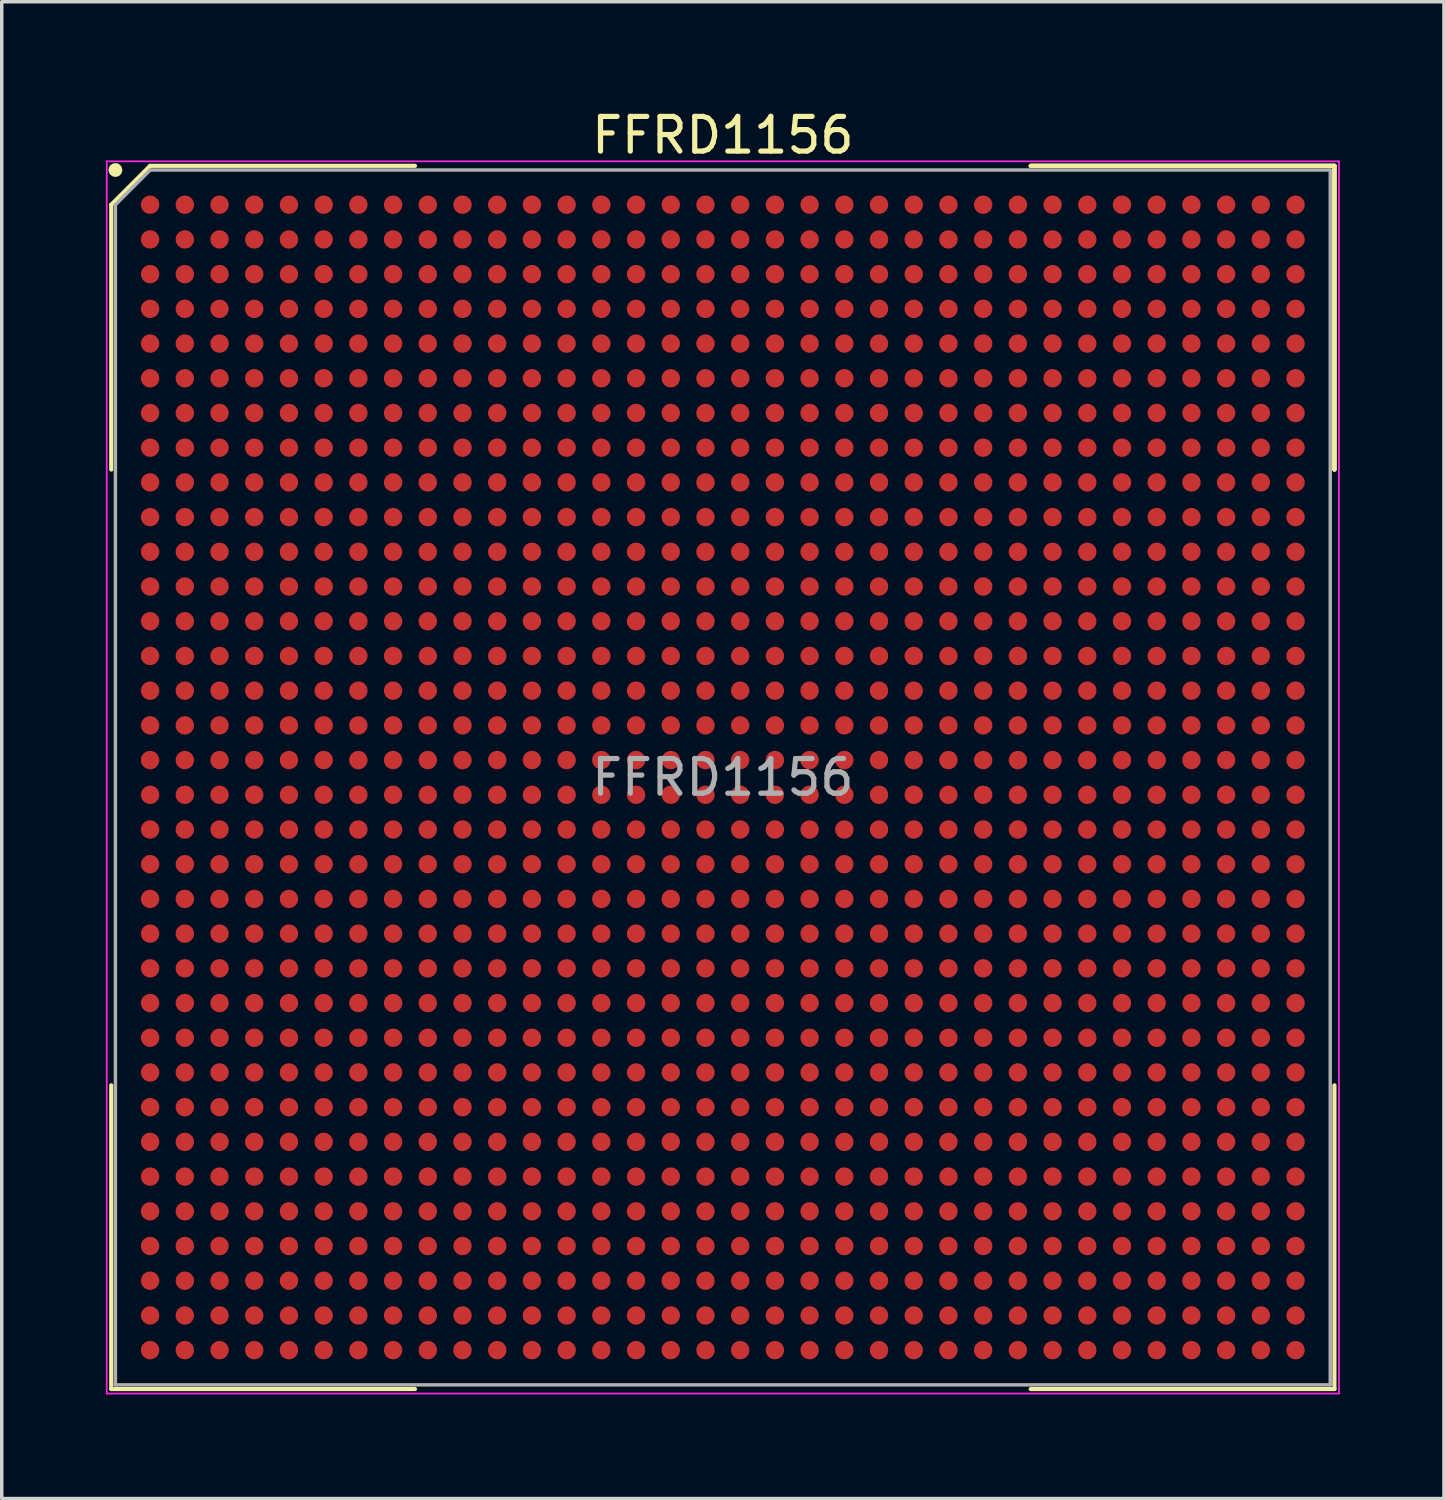
<source format=kicad_pcb>
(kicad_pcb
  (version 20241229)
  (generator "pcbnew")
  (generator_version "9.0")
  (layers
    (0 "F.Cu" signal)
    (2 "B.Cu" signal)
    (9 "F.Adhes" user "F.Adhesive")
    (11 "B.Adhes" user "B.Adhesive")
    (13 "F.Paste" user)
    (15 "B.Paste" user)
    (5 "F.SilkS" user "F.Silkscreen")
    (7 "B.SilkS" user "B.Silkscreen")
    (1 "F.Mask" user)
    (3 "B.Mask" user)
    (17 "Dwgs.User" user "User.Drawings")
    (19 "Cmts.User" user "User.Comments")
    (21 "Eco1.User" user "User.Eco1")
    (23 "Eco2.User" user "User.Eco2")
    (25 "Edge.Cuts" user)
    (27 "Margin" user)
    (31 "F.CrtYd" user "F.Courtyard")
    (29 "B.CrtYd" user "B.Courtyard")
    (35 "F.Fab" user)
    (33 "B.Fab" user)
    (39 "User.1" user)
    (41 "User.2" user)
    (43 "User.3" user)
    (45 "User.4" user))
  (footprint "FFRD1156"
    (layer "F.Cu")
    (at 17.775 19.348)
    (property "Reference" "FFRD1156" (at 0 -18.5 0) (layer "F.SilkS") (effects (font (size 1 1) (thickness 0.15))))
    (attr smd)
    (fp_line (start -17.62 -16.5) (end -17.62 -8.87) (stroke (width 0.12) (type solid)) (layer "F.SilkS"))
    (fp_line (start -17.62 17.62) (end -17.62 8.87) (stroke (width 0.12) (type solid)) (layer "F.SilkS"))
    (fp_line (start -16.5 -17.62) (end -17.62 -16.5) (stroke (width 0.12) (type solid)) (layer "F.SilkS"))
    (fp_line (start -8.87 -17.62) (end -16.5 -17.62) (stroke (width 0.12) (type solid)) (layer "F.SilkS"))
    (fp_line (start -8.87 17.62) (end -17.62 17.62) (stroke (width 0.12) (type solid)) (layer "F.SilkS"))
    (fp_line (start 8.87 -17.62) (end 17.62 -17.62) (stroke (width 0.12) (type solid)) (layer "F.SilkS"))
    (fp_line (start 8.87 -17.62) (end 17.62 -17.62) (stroke (width 0.12) (type solid)) (layer "F.SilkS"))
    (fp_line (start 8.87 -17.62) (end 17.62 -17.62) (stroke (width 0.12) (type solid)) (layer "F.SilkS"))
    (fp_line (start 8.87 17.62) (end 17.62 17.62) (stroke (width 0.12) (type solid)) (layer "F.SilkS"))
    (fp_line (start 17.62 -17.62) (end 17.62 -8.87) (stroke (width 0.12) (type solid)) (layer "F.SilkS"))
    (fp_line (start 17.62 -17.62) (end 17.62 -8.87) (stroke (width 0.12) (type solid)) (layer "F.SilkS"))
    (fp_line (start 17.62 -17.62) (end 17.62 -8.87) (stroke (width 0.12) (type solid)) (layer "F.SilkS"))
    (fp_line (start 17.62 17.62) (end 17.62 8.87) (stroke (width 0.12) (type solid)) (layer "F.SilkS"))
    (fp_circle (center -17.5 -17.5) (end -17.5 -17.4) (stroke (width 0.2) (type solid)) (fill no) (layer "F.SilkS"))
    (fp_line (start -17.75 -17.75) (end 17.75 -17.75) (stroke (width 0.05) (type solid)) (layer "F.CrtYd"))
    (fp_line (start -17.75 17.75) (end -17.75 -17.75) (stroke (width 0.05) (type solid)) (layer "F.CrtYd"))
    (fp_line (start 17.75 -17.75) (end 17.75 17.75) (stroke (width 0.05) (type solid)) (layer "F.CrtYd"))
    (fp_line (start 17.75 17.75) (end -17.75 17.75) (stroke (width 0.05) (type solid)) (layer "F.CrtYd"))
    (fp_line (start -17.5 -16.5) (end -17.5 17.5) (stroke (width 0.1) (type solid)) (layer "F.Fab"))
    (fp_line (start -17.5 17.5) (end 17.5 17.5) (stroke (width 0.1) (type solid)) (layer "F.Fab"))
    (fp_line (start -16.5 -17.5) (end -17.5 -16.5) (stroke (width 0.1) (type solid)) (layer "F.Fab"))
    (fp_line (start 17.5 -17.5) (end -16.5 -17.5) (stroke (width 0.1) (type solid)) (layer "F.Fab"))
    (fp_line (start 17.5 17.5) (end 17.5 -17.5) (stroke (width 0.1) (type solid)) (layer "F.Fab"))
    (fp_text user "${REFERENCE}" (at 0 0 0) (layer "F.Fab") (effects (font (size 1 1) (thickness 0.15))))
    (pad "A1" smd circle (at -16.5 -16.5) (size 0.53 0.53) (layers "F.Cu" "F.Mask" "F.Paste"))
    (pad "A2" smd circle (at -15.5 -16.5) (size 0.53 0.53) (layers "F.Cu" "F.Mask" "F.Paste"))
    (pad "A3" smd circle (at -14.5 -16.5) (size 0.53 0.53) (layers "F.Cu" "F.Mask" "F.Paste"))
    (pad "A4" smd circle (at -13.5 -16.5) (size 0.53 0.53) (layers "F.Cu" "F.Mask" "F.Paste"))
    (pad "A5" smd circle (at -12.5 -16.5) (size 0.53 0.53) (layers "F.Cu" "F.Mask" "F.Paste"))
    (pad "A6" smd circle (at -11.5 -16.5) (size 0.53 0.53) (layers "F.Cu" "F.Mask" "F.Paste"))
    (pad "A7" smd circle (at -10.5 -16.5) (size 0.53 0.53) (layers "F.Cu" "F.Mask" "F.Paste"))
    (pad "A8" smd circle (at -9.5 -16.5) (size 0.53 0.53) (layers "F.Cu" "F.Mask" "F.Paste"))
    (pad "A9" smd circle (at -8.5 -16.5) (size 0.53 0.53) (layers "F.Cu" "F.Mask" "F.Paste"))
    (pad "A10" smd circle (at -7.5 -16.5) (size 0.53 0.53) (layers "F.Cu" "F.Mask" "F.Paste"))
    (pad "A11" smd circle (at -6.5 -16.5) (size 0.53 0.53) (layers "F.Cu" "F.Mask" "F.Paste"))
    (pad "A12" smd circle (at -5.5 -16.5) (size 0.53 0.53) (layers "F.Cu" "F.Mask" "F.Paste"))
    (pad "A13" smd circle (at -4.5 -16.5) (size 0.53 0.53) (layers "F.Cu" "F.Mask" "F.Paste"))
    (pad "A14" smd circle (at -3.5 -16.5) (size 0.53 0.53) (layers "F.Cu" "F.Mask" "F.Paste"))
    (pad "A15" smd circle (at -2.5 -16.5) (size 0.53 0.53) (layers "F.Cu" "F.Mask" "F.Paste"))
    (pad "A16" smd circle (at -1.5 -16.5) (size 0.53 0.53) (layers "F.Cu" "F.Mask" "F.Paste"))
    (pad "A17" smd circle (at -0.5 -16.5) (size 0.53 0.53) (layers "F.Cu" "F.Mask" "F.Paste"))
    (pad "A18" smd circle (at 0.5 -16.5) (size 0.53 0.53) (layers "F.Cu" "F.Mask" "F.Paste"))
    (pad "A19" smd circle (at 1.5 -16.5) (size 0.53 0.53) (layers "F.Cu" "F.Mask" "F.Paste"))
    (pad "A20" smd circle (at 2.5 -16.5) (size 0.53 0.53) (layers "F.Cu" "F.Mask" "F.Paste"))
    (pad "A21" smd circle (at 3.5 -16.5) (size 0.53 0.53) (layers "F.Cu" "F.Mask" "F.Paste"))
    (pad "A22" smd circle (at 4.5 -16.5) (size 0.53 0.53) (layers "F.Cu" "F.Mask" "F.Paste"))
    (pad "A23" smd circle (at 5.5 -16.5) (size 0.53 0.53) (layers "F.Cu" "F.Mask" "F.Paste"))
    (pad "A24" smd circle (at 6.5 -16.5) (size 0.53 0.53) (layers "F.Cu" "F.Mask" "F.Paste"))
    (pad "A25" smd circle (at 7.5 -16.5) (size 0.53 0.53) (layers "F.Cu" "F.Mask" "F.Paste"))
    (pad "A26" smd circle (at 8.5 -16.5) (size 0.53 0.53) (layers "F.Cu" "F.Mask" "F.Paste"))
    (pad "A27" smd circle (at 9.5 -16.5) (size 0.53 0.53) (layers "F.Cu" "F.Mask" "F.Paste"))
    (pad "A28" smd circle (at 10.5 -16.5) (size 0.53 0.53) (layers "F.Cu" "F.Mask" "F.Paste"))
    (pad "A29" smd circle (at 11.5 -16.5) (size 0.53 0.53) (layers "F.Cu" "F.Mask" "F.Paste"))
    (pad "A30" smd circle (at 12.5 -16.5) (size 0.53 0.53) (layers "F.Cu" "F.Mask" "F.Paste"))
    (pad "A31" smd circle (at 13.5 -16.5) (size 0.53 0.53) (layers "F.Cu" "F.Mask" "F.Paste"))
    (pad "A32" smd circle (at 14.5 -16.5) (size 0.53 0.53) (layers "F.Cu" "F.Mask" "F.Paste"))
    (pad "A33" smd circle (at 15.5 -16.5) (size 0.53 0.53) (layers "F.Cu" "F.Mask" "F.Paste"))
    (pad "A34" smd circle (at 16.5 -16.5) (size 0.53 0.53) (layers "F.Cu" "F.Mask" "F.Paste"))
    (pad "AA1" smd circle (at -16.5 3.5) (size 0.53 0.53) (layers "F.Cu" "F.Mask" "F.Paste"))
    (pad "AA2" smd circle (at -15.5 3.5) (size 0.53 0.53) (layers "F.Cu" "F.Mask" "F.Paste"))
    (pad "AA3" smd circle (at -14.5 3.5) (size 0.53 0.53) (layers "F.Cu" "F.Mask" "F.Paste"))
    (pad "AA4" smd circle (at -13.5 3.5) (size 0.53 0.53) (layers "F.Cu" "F.Mask" "F.Paste"))
    (pad "AA5" smd circle (at -12.5 3.5) (size 0.53 0.53) (layers "F.Cu" "F.Mask" "F.Paste"))
    (pad "AA6" smd circle (at -11.5 3.5) (size 0.53 0.53) (layers "F.Cu" "F.Mask" "F.Paste"))
    (pad "AA7" smd circle (at -10.5 3.5) (size 0.53 0.53) (layers "F.Cu" "F.Mask" "F.Paste"))
    (pad "AA8" smd circle (at -9.5 3.5) (size 0.53 0.53) (layers "F.Cu" "F.Mask" "F.Paste"))
    (pad "AA9" smd circle (at -8.5 3.5) (size 0.53 0.53) (layers "F.Cu" "F.Mask" "F.Paste"))
    (pad "AA10" smd circle (at -7.5 3.5) (size 0.53 0.53) (layers "F.Cu" "F.Mask" "F.Paste"))
    (pad "AA11" smd circle (at -6.5 3.5) (size 0.53 0.53) (layers "F.Cu" "F.Mask" "F.Paste"))
    (pad "AA12" smd circle (at -5.5 3.5) (size 0.53 0.53) (layers "F.Cu" "F.Mask" "F.Paste"))
    (pad "AA13" smd circle (at -4.5 3.5) (size 0.53 0.53) (layers "F.Cu" "F.Mask" "F.Paste"))
    (pad "AA14" smd circle (at -3.5 3.5) (size 0.53 0.53) (layers "F.Cu" "F.Mask" "F.Paste"))
    (pad "AA15" smd circle (at -2.5 3.5) (size 0.53 0.53) (layers "F.Cu" "F.Mask" "F.Paste"))
    (pad "AA16" smd circle (at -1.5 3.5) (size 0.53 0.53) (layers "F.Cu" "F.Mask" "F.Paste"))
    (pad "AA17" smd circle (at -0.5 3.5) (size 0.53 0.53) (layers "F.Cu" "F.Mask" "F.Paste"))
    (pad "AA18" smd circle (at 0.5 3.5) (size 0.53 0.53) (layers "F.Cu" "F.Mask" "F.Paste"))
    (pad "AA19" smd circle (at 1.5 3.5) (size 0.53 0.53) (layers "F.Cu" "F.Mask" "F.Paste"))
    (pad "AA20" smd circle (at 2.5 3.5) (size 0.53 0.53) (layers "F.Cu" "F.Mask" "F.Paste"))
    (pad "AA21" smd circle (at 3.5 3.5) (size 0.53 0.53) (layers "F.Cu" "F.Mask" "F.Paste"))
    (pad "AA22" smd circle (at 4.5 3.5) (size 0.53 0.53) (layers "F.Cu" "F.Mask" "F.Paste"))
    (pad "AA23" smd circle (at 5.5 3.5) (size 0.53 0.53) (layers "F.Cu" "F.Mask" "F.Paste"))
    (pad "AA24" smd circle (at 6.5 3.5) (size 0.53 0.53) (layers "F.Cu" "F.Mask" "F.Paste"))
    (pad "AA25" smd circle (at 7.5 3.5) (size 0.53 0.53) (layers "F.Cu" "F.Mask" "F.Paste"))
    (pad "AA26" smd circle (at 8.5 3.5) (size 0.53 0.53) (layers "F.Cu" "F.Mask" "F.Paste"))
    (pad "AA27" smd circle (at 9.5 3.5) (size 0.53 0.53) (layers "F.Cu" "F.Mask" "F.Paste"))
    (pad "AA28" smd circle (at 10.5 3.5) (size 0.53 0.53) (layers "F.Cu" "F.Mask" "F.Paste"))
    (pad "AA29" smd circle (at 11.5 3.5) (size 0.53 0.53) (layers "F.Cu" "F.Mask" "F.Paste"))
    (pad "AA30" smd circle (at 12.5 3.5) (size 0.53 0.53) (layers "F.Cu" "F.Mask" "F.Paste"))
    (pad "AA31" smd circle (at 13.5 3.5) (size 0.53 0.53) (layers "F.Cu" "F.Mask" "F.Paste"))
    (pad "AA32" smd circle (at 14.5 3.5) (size 0.53 0.53) (layers "F.Cu" "F.Mask" "F.Paste"))
    (pad "AA33" smd circle (at 15.5 3.5) (size 0.53 0.53) (layers "F.Cu" "F.Mask" "F.Paste"))
    (pad "AA34" smd circle (at 16.5 3.5) (size 0.53 0.53) (layers "F.Cu" "F.Mask" "F.Paste"))
    (pad "AB1" smd circle (at -16.5 4.5) (size 0.53 0.53) (layers "F.Cu" "F.Mask" "F.Paste"))
    (pad "AB2" smd circle (at -15.5 4.5) (size 0.53 0.53) (layers "F.Cu" "F.Mask" "F.Paste"))
    (pad "AB3" smd circle (at -14.5 4.5) (size 0.53 0.53) (layers "F.Cu" "F.Mask" "F.Paste"))
    (pad "AB4" smd circle (at -13.5 4.5) (size 0.53 0.53) (layers "F.Cu" "F.Mask" "F.Paste"))
    (pad "AB5" smd circle (at -12.5 4.5) (size 0.53 0.53) (layers "F.Cu" "F.Mask" "F.Paste"))
    (pad "AB6" smd circle (at -11.5 4.5) (size 0.53 0.53) (layers "F.Cu" "F.Mask" "F.Paste"))
    (pad "AB7" smd circle (at -10.5 4.5) (size 0.53 0.53) (layers "F.Cu" "F.Mask" "F.Paste"))
    (pad "AB8" smd circle (at -9.5 4.5) (size 0.53 0.53) (layers "F.Cu" "F.Mask" "F.Paste"))
    (pad "AB9" smd circle (at -8.5 4.5) (size 0.53 0.53) (layers "F.Cu" "F.Mask" "F.Paste"))
    (pad "AB10" smd circle (at -7.5 4.5) (size 0.53 0.53) (layers "F.Cu" "F.Mask" "F.Paste"))
    (pad "AB11" smd circle (at -6.5 4.5) (size 0.53 0.53) (layers "F.Cu" "F.Mask" "F.Paste"))
    (pad "AB12" smd circle (at -5.5 4.5) (size 0.53 0.53) (layers "F.Cu" "F.Mask" "F.Paste"))
    (pad "AB13" smd circle (at -4.5 4.5) (size 0.53 0.53) (layers "F.Cu" "F.Mask" "F.Paste"))
    (pad "AB14" smd circle (at -3.5 4.5) (size 0.53 0.53) (layers "F.Cu" "F.Mask" "F.Paste"))
    (pad "AB15" smd circle (at -2.5 4.5) (size 0.53 0.53) (layers "F.Cu" "F.Mask" "F.Paste"))
    (pad "AB16" smd circle (at -1.5 4.5) (size 0.53 0.53) (layers "F.Cu" "F.Mask" "F.Paste"))
    (pad "AB17" smd circle (at -0.5 4.5) (size 0.53 0.53) (layers "F.Cu" "F.Mask" "F.Paste"))
    (pad "AB18" smd circle (at 0.5 4.5) (size 0.53 0.53) (layers "F.Cu" "F.Mask" "F.Paste"))
    (pad "AB19" smd circle (at 1.5 4.5) (size 0.53 0.53) (layers "F.Cu" "F.Mask" "F.Paste"))
    (pad "AB20" smd circle (at 2.5 4.5) (size 0.53 0.53) (layers "F.Cu" "F.Mask" "F.Paste"))
    (pad "AB21" smd circle (at 3.5 4.5) (size 0.53 0.53) (layers "F.Cu" "F.Mask" "F.Paste"))
    (pad "AB22" smd circle (at 4.5 4.5) (size 0.53 0.53) (layers "F.Cu" "F.Mask" "F.Paste"))
    (pad "AB23" smd circle (at 5.5 4.5) (size 0.53 0.53) (layers "F.Cu" "F.Mask" "F.Paste"))
    (pad "AB24" smd circle (at 6.5 4.5) (size 0.53 0.53) (layers "F.Cu" "F.Mask" "F.Paste"))
    (pad "AB25" smd circle (at 7.5 4.5) (size 0.53 0.53) (layers "F.Cu" "F.Mask" "F.Paste"))
    (pad "AB26" smd circle (at 8.5 4.5) (size 0.53 0.53) (layers "F.Cu" "F.Mask" "F.Paste"))
    (pad "AB27" smd circle (at 9.5 4.5) (size 0.53 0.53) (layers "F.Cu" "F.Mask" "F.Paste"))
    (pad "AB28" smd circle (at 10.5 4.5) (size 0.53 0.53) (layers "F.Cu" "F.Mask" "F.Paste"))
    (pad "AB29" smd circle (at 11.5 4.5) (size 0.53 0.53) (layers "F.Cu" "F.Mask" "F.Paste"))
    (pad "AB30" smd circle (at 12.5 4.5) (size 0.53 0.53) (layers "F.Cu" "F.Mask" "F.Paste"))
    (pad "AB31" smd circle (at 13.5 4.5) (size 0.53 0.53) (layers "F.Cu" "F.Mask" "F.Paste"))
    (pad "AB32" smd circle (at 14.5 4.5) (size 0.53 0.53) (layers "F.Cu" "F.Mask" "F.Paste"))
    (pad "AB33" smd circle (at 15.5 4.5) (size 0.53 0.53) (layers "F.Cu" "F.Mask" "F.Paste"))
    (pad "AB34" smd circle (at 16.5 4.5) (size 0.53 0.53) (layers "F.Cu" "F.Mask" "F.Paste"))
    (pad "AC1" smd circle (at -16.5 5.5) (size 0.53 0.53) (layers "F.Cu" "F.Mask" "F.Paste"))
    (pad "AC2" smd circle (at -15.5 5.5) (size 0.53 0.53) (layers "F.Cu" "F.Mask" "F.Paste"))
    (pad "AC3" smd circle (at -14.5 5.5) (size 0.53 0.53) (layers "F.Cu" "F.Mask" "F.Paste"))
    (pad "AC4" smd circle (at -13.5 5.5) (size 0.53 0.53) (layers "F.Cu" "F.Mask" "F.Paste"))
    (pad "AC5" smd circle (at -12.5 5.5) (size 0.53 0.53) (layers "F.Cu" "F.Mask" "F.Paste"))
    (pad "AC6" smd circle (at -11.5 5.5) (size 0.53 0.53) (layers "F.Cu" "F.Mask" "F.Paste"))
    (pad "AC7" smd circle (at -10.5 5.5) (size 0.53 0.53) (layers "F.Cu" "F.Mask" "F.Paste"))
    (pad "AC8" smd circle (at -9.5 5.5) (size 0.53 0.53) (layers "F.Cu" "F.Mask" "F.Paste"))
    (pad "AC9" smd circle (at -8.5 5.5) (size 0.53 0.53) (layers "F.Cu" "F.Mask" "F.Paste"))
    (pad "AC10" smd circle (at -7.5 5.5) (size 0.53 0.53) (layers "F.Cu" "F.Mask" "F.Paste"))
    (pad "AC11" smd circle (at -6.5 5.5) (size 0.53 0.53) (layers "F.Cu" "F.Mask" "F.Paste"))
    (pad "AC12" smd circle (at -5.5 5.5) (size 0.53 0.53) (layers "F.Cu" "F.Mask" "F.Paste"))
    (pad "AC13" smd circle (at -4.5 5.5) (size 0.53 0.53) (layers "F.Cu" "F.Mask" "F.Paste"))
    (pad "AC14" smd circle (at -3.5 5.5) (size 0.53 0.53) (layers "F.Cu" "F.Mask" "F.Paste"))
    (pad "AC15" smd circle (at -2.5 5.5) (size 0.53 0.53) (layers "F.Cu" "F.Mask" "F.Paste"))
    (pad "AC16" smd circle (at -1.5 5.5) (size 0.53 0.53) (layers "F.Cu" "F.Mask" "F.Paste"))
    (pad "AC17" smd circle (at -0.5 5.5) (size 0.53 0.53) (layers "F.Cu" "F.Mask" "F.Paste"))
    (pad "AC18" smd circle (at 0.5 5.5) (size 0.53 0.53) (layers "F.Cu" "F.Mask" "F.Paste"))
    (pad "AC19" smd circle (at 1.5 5.5) (size 0.53 0.53) (layers "F.Cu" "F.Mask" "F.Paste"))
    (pad "AC20" smd circle (at 2.5 5.5) (size 0.53 0.53) (layers "F.Cu" "F.Mask" "F.Paste"))
    (pad "AC21" smd circle (at 3.5 5.5) (size 0.53 0.53) (layers "F.Cu" "F.Mask" "F.Paste"))
    (pad "AC22" smd circle (at 4.5 5.5) (size 0.53 0.53) (layers "F.Cu" "F.Mask" "F.Paste"))
    (pad "AC23" smd circle (at 5.5 5.5) (size 0.53 0.53) (layers "F.Cu" "F.Mask" "F.Paste"))
    (pad "AC24" smd circle (at 6.5 5.5) (size 0.53 0.53) (layers "F.Cu" "F.Mask" "F.Paste"))
    (pad "AC25" smd circle (at 7.5 5.5) (size 0.53 0.53) (layers "F.Cu" "F.Mask" "F.Paste"))
    (pad "AC26" smd circle (at 8.5 5.5) (size 0.53 0.53) (layers "F.Cu" "F.Mask" "F.Paste"))
    (pad "AC27" smd circle (at 9.5 5.5) (size 0.53 0.53) (layers "F.Cu" "F.Mask" "F.Paste"))
    (pad "AC28" smd circle (at 10.5 5.5) (size 0.53 0.53) (layers "F.Cu" "F.Mask" "F.Paste"))
    (pad "AC29" smd circle (at 11.5 5.5) (size 0.53 0.53) (layers "F.Cu" "F.Mask" "F.Paste"))
    (pad "AC30" smd circle (at 12.5 5.5) (size 0.53 0.53) (layers "F.Cu" "F.Mask" "F.Paste"))
    (pad "AC31" smd circle (at 13.5 5.5) (size 0.53 0.53) (layers "F.Cu" "F.Mask" "F.Paste"))
    (pad "AC32" smd circle (at 14.5 5.5) (size 0.53 0.53) (layers "F.Cu" "F.Mask" "F.Paste"))
    (pad "AC33" smd circle (at 15.5 5.5) (size 0.53 0.53) (layers "F.Cu" "F.Mask" "F.Paste"))
    (pad "AC34" smd circle (at 16.5 5.5) (size 0.53 0.53) (layers "F.Cu" "F.Mask" "F.Paste"))
    (pad "AD1" smd circle (at -16.5 6.5) (size 0.53 0.53) (layers "F.Cu" "F.Mask" "F.Paste"))
    (pad "AD2" smd circle (at -15.5 6.5) (size 0.53 0.53) (layers "F.Cu" "F.Mask" "F.Paste"))
    (pad "AD3" smd circle (at -14.5 6.5) (size 0.53 0.53) (layers "F.Cu" "F.Mask" "F.Paste"))
    (pad "AD4" smd circle (at -13.5 6.5) (size 0.53 0.53) (layers "F.Cu" "F.Mask" "F.Paste"))
    (pad "AD5" smd circle (at -12.5 6.5) (size 0.53 0.53) (layers "F.Cu" "F.Mask" "F.Paste"))
    (pad "AD6" smd circle (at -11.5 6.5) (size 0.53 0.53) (layers "F.Cu" "F.Mask" "F.Paste"))
    (pad "AD7" smd circle (at -10.5 6.5) (size 0.53 0.53) (layers "F.Cu" "F.Mask" "F.Paste"))
    (pad "AD8" smd circle (at -9.5 6.5) (size 0.53 0.53) (layers "F.Cu" "F.Mask" "F.Paste"))
    (pad "AD9" smd circle (at -8.5 6.5) (size 0.53 0.53) (layers "F.Cu" "F.Mask" "F.Paste"))
    (pad "AD10" smd circle (at -7.5 6.5) (size 0.53 0.53) (layers "F.Cu" "F.Mask" "F.Paste"))
    (pad "AD11" smd circle (at -6.5 6.5) (size 0.53 0.53) (layers "F.Cu" "F.Mask" "F.Paste"))
    (pad "AD12" smd circle (at -5.5 6.5) (size 0.53 0.53) (layers "F.Cu" "F.Mask" "F.Paste"))
    (pad "AD13" smd circle (at -4.5 6.5) (size 0.53 0.53) (layers "F.Cu" "F.Mask" "F.Paste"))
    (pad "AD14" smd circle (at -3.5 6.5) (size 0.53 0.53) (layers "F.Cu" "F.Mask" "F.Paste"))
    (pad "AD15" smd circle (at -2.5 6.5) (size 0.53 0.53) (layers "F.Cu" "F.Mask" "F.Paste"))
    (pad "AD16" smd circle (at -1.5 6.5) (size 0.53 0.53) (layers "F.Cu" "F.Mask" "F.Paste"))
    (pad "AD17" smd circle (at -0.5 6.5) (size 0.53 0.53) (layers "F.Cu" "F.Mask" "F.Paste"))
    (pad "AD18" smd circle (at 0.5 6.5) (size 0.53 0.53) (layers "F.Cu" "F.Mask" "F.Paste"))
    (pad "AD19" smd circle (at 1.5 6.5) (size 0.53 0.53) (layers "F.Cu" "F.Mask" "F.Paste"))
    (pad "AD20" smd circle (at 2.5 6.5) (size 0.53 0.53) (layers "F.Cu" "F.Mask" "F.Paste"))
    (pad "AD21" smd circle (at 3.5 6.5) (size 0.53 0.53) (layers "F.Cu" "F.Mask" "F.Paste"))
    (pad "AD22" smd circle (at 4.5 6.5) (size 0.53 0.53) (layers "F.Cu" "F.Mask" "F.Paste"))
    (pad "AD23" smd circle (at 5.5 6.5) (size 0.53 0.53) (layers "F.Cu" "F.Mask" "F.Paste"))
    (pad "AD24" smd circle (at 6.5 6.5) (size 0.53 0.53) (layers "F.Cu" "F.Mask" "F.Paste"))
    (pad "AD25" smd circle (at 7.5 6.5) (size 0.53 0.53) (layers "F.Cu" "F.Mask" "F.Paste"))
    (pad "AD26" smd circle (at 8.5 6.5) (size 0.53 0.53) (layers "F.Cu" "F.Mask" "F.Paste"))
    (pad "AD27" smd circle (at 9.5 6.5) (size 0.53 0.53) (layers "F.Cu" "F.Mask" "F.Paste"))
    (pad "AD28" smd circle (at 10.5 6.5) (size 0.53 0.53) (layers "F.Cu" "F.Mask" "F.Paste"))
    (pad "AD29" smd circle (at 11.5 6.5) (size 0.53 0.53) (layers "F.Cu" "F.Mask" "F.Paste"))
    (pad "AD30" smd circle (at 12.5 6.5) (size 0.53 0.53) (layers "F.Cu" "F.Mask" "F.Paste"))
    (pad "AD31" smd circle (at 13.5 6.5) (size 0.53 0.53) (layers "F.Cu" "F.Mask" "F.Paste"))
    (pad "AD32" smd circle (at 14.5 6.5) (size 0.53 0.53) (layers "F.Cu" "F.Mask" "F.Paste"))
    (pad "AD33" smd circle (at 15.5 6.5) (size 0.53 0.53) (layers "F.Cu" "F.Mask" "F.Paste"))
    (pad "AD34" smd circle (at 16.5 6.5) (size 0.53 0.53) (layers "F.Cu" "F.Mask" "F.Paste"))
    (pad "AE1" smd circle (at -16.5 7.5) (size 0.53 0.53) (layers "F.Cu" "F.Mask" "F.Paste"))
    (pad "AE2" smd circle (at -15.5 7.5) (size 0.53 0.53) (layers "F.Cu" "F.Mask" "F.Paste"))
    (pad "AE3" smd circle (at -14.5 7.5) (size 0.53 0.53) (layers "F.Cu" "F.Mask" "F.Paste"))
    (pad "AE4" smd circle (at -13.5 7.5) (size 0.53 0.53) (layers "F.Cu" "F.Mask" "F.Paste"))
    (pad "AE5" smd circle (at -12.5 7.5) (size 0.53 0.53) (layers "F.Cu" "F.Mask" "F.Paste"))
    (pad "AE6" smd circle (at -11.5 7.5) (size 0.53 0.53) (layers "F.Cu" "F.Mask" "F.Paste"))
    (pad "AE7" smd circle (at -10.5 7.5) (size 0.53 0.53) (layers "F.Cu" "F.Mask" "F.Paste"))
    (pad "AE8" smd circle (at -9.5 7.5) (size 0.53 0.53) (layers "F.Cu" "F.Mask" "F.Paste"))
    (pad "AE9" smd circle (at -8.5 7.5) (size 0.53 0.53) (layers "F.Cu" "F.Mask" "F.Paste"))
    (pad "AE10" smd circle (at -7.5 7.5) (size 0.53 0.53) (layers "F.Cu" "F.Mask" "F.Paste"))
    (pad "AE11" smd circle (at -6.5 7.5) (size 0.53 0.53) (layers "F.Cu" "F.Mask" "F.Paste"))
    (pad "AE12" smd circle (at -5.5 7.5) (size 0.53 0.53) (layers "F.Cu" "F.Mask" "F.Paste"))
    (pad "AE13" smd circle (at -4.5 7.5) (size 0.53 0.53) (layers "F.Cu" "F.Mask" "F.Paste"))
    (pad "AE14" smd circle (at -3.5 7.5) (size 0.53 0.53) (layers "F.Cu" "F.Mask" "F.Paste"))
    (pad "AE15" smd circle (at -2.5 7.5) (size 0.53 0.53) (layers "F.Cu" "F.Mask" "F.Paste"))
    (pad "AE16" smd circle (at -1.5 7.5) (size 0.53 0.53) (layers "F.Cu" "F.Mask" "F.Paste"))
    (pad "AE17" smd circle (at -0.5 7.5) (size 0.53 0.53) (layers "F.Cu" "F.Mask" "F.Paste"))
    (pad "AE18" smd circle (at 0.5 7.5) (size 0.53 0.53) (layers "F.Cu" "F.Mask" "F.Paste"))
    (pad "AE19" smd circle (at 1.5 7.5) (size 0.53 0.53) (layers "F.Cu" "F.Mask" "F.Paste"))
    (pad "AE20" smd circle (at 2.5 7.5) (size 0.53 0.53) (layers "F.Cu" "F.Mask" "F.Paste"))
    (pad "AE21" smd circle (at 3.5 7.5) (size 0.53 0.53) (layers "F.Cu" "F.Mask" "F.Paste"))
    (pad "AE22" smd circle (at 4.5 7.5) (size 0.53 0.53) (layers "F.Cu" "F.Mask" "F.Paste"))
    (pad "AE23" smd circle (at 5.5 7.5) (size 0.53 0.53) (layers "F.Cu" "F.Mask" "F.Paste"))
    (pad "AE24" smd circle (at 6.5 7.5) (size 0.53 0.53) (layers "F.Cu" "F.Mask" "F.Paste"))
    (pad "AE25" smd circle (at 7.5 7.5) (size 0.53 0.53) (layers "F.Cu" "F.Mask" "F.Paste"))
    (pad "AE26" smd circle (at 8.5 7.5) (size 0.53 0.53) (layers "F.Cu" "F.Mask" "F.Paste"))
    (pad "AE27" smd circle (at 9.5 7.5) (size 0.53 0.53) (layers "F.Cu" "F.Mask" "F.Paste"))
    (pad "AE28" smd circle (at 10.5 7.5) (size 0.53 0.53) (layers "F.Cu" "F.Mask" "F.Paste"))
    (pad "AE29" smd circle (at 11.5 7.5) (size 0.53 0.53) (layers "F.Cu" "F.Mask" "F.Paste"))
    (pad "AE30" smd circle (at 12.5 7.5) (size 0.53 0.53) (layers "F.Cu" "F.Mask" "F.Paste"))
    (pad "AE31" smd circle (at 13.5 7.5) (size 0.53 0.53) (layers "F.Cu" "F.Mask" "F.Paste"))
    (pad "AE32" smd circle (at 14.5 7.5) (size 0.53 0.53) (layers "F.Cu" "F.Mask" "F.Paste"))
    (pad "AE33" smd circle (at 15.5 7.5) (size 0.53 0.53) (layers "F.Cu" "F.Mask" "F.Paste"))
    (pad "AE34" smd circle (at 16.5 7.5) (size 0.53 0.53) (layers "F.Cu" "F.Mask" "F.Paste"))
    (pad "AF1" smd circle (at -16.5 8.5) (size 0.53 0.53) (layers "F.Cu" "F.Mask" "F.Paste"))
    (pad "AF2" smd circle (at -15.5 8.5) (size 0.53 0.53) (layers "F.Cu" "F.Mask" "F.Paste"))
    (pad "AF3" smd circle (at -14.5 8.5) (size 0.53 0.53) (layers "F.Cu" "F.Mask" "F.Paste"))
    (pad "AF4" smd circle (at -13.5 8.5) (size 0.53 0.53) (layers "F.Cu" "F.Mask" "F.Paste"))
    (pad "AF5" smd circle (at -12.5 8.5) (size 0.53 0.53) (layers "F.Cu" "F.Mask" "F.Paste"))
    (pad "AF6" smd circle (at -11.5 8.5) (size 0.53 0.53) (layers "F.Cu" "F.Mask" "F.Paste"))
    (pad "AF7" smd circle (at -10.5 8.5) (size 0.53 0.53) (layers "F.Cu" "F.Mask" "F.Paste"))
    (pad "AF8" smd circle (at -9.5 8.5) (size 0.53 0.53) (layers "F.Cu" "F.Mask" "F.Paste"))
    (pad "AF9" smd circle (at -8.5 8.5) (size 0.53 0.53) (layers "F.Cu" "F.Mask" "F.Paste"))
    (pad "AF10" smd circle (at -7.5 8.5) (size 0.53 0.53) (layers "F.Cu" "F.Mask" "F.Paste"))
    (pad "AF11" smd circle (at -6.5 8.5) (size 0.53 0.53) (layers "F.Cu" "F.Mask" "F.Paste"))
    (pad "AF12" smd circle (at -5.5 8.5) (size 0.53 0.53) (layers "F.Cu" "F.Mask" "F.Paste"))
    (pad "AF13" smd circle (at -4.5 8.5) (size 0.53 0.53) (layers "F.Cu" "F.Mask" "F.Paste"))
    (pad "AF14" smd circle (at -3.5 8.5) (size 0.53 0.53) (layers "F.Cu" "F.Mask" "F.Paste"))
    (pad "AF15" smd circle (at -2.5 8.5) (size 0.53 0.53) (layers "F.Cu" "F.Mask" "F.Paste"))
    (pad "AF16" smd circle (at -1.5 8.5) (size 0.53 0.53) (layers "F.Cu" "F.Mask" "F.Paste"))
    (pad "AF17" smd circle (at -0.5 8.5) (size 0.53 0.53) (layers "F.Cu" "F.Mask" "F.Paste"))
    (pad "AF18" smd circle (at 0.5 8.5) (size 0.53 0.53) (layers "F.Cu" "F.Mask" "F.Paste"))
    (pad "AF19" smd circle (at 1.5 8.5) (size 0.53 0.53) (layers "F.Cu" "F.Mask" "F.Paste"))
    (pad "AF20" smd circle (at 2.5 8.5) (size 0.53 0.53) (layers "F.Cu" "F.Mask" "F.Paste"))
    (pad "AF21" smd circle (at 3.5 8.5) (size 0.53 0.53) (layers "F.Cu" "F.Mask" "F.Paste"))
    (pad "AF22" smd circle (at 4.5 8.5) (size 0.53 0.53) (layers "F.Cu" "F.Mask" "F.Paste"))
    (pad "AF23" smd circle (at 5.5 8.5) (size 0.53 0.53) (layers "F.Cu" "F.Mask" "F.Paste"))
    (pad "AF24" smd circle (at 6.5 8.5) (size 0.53 0.53) (layers "F.Cu" "F.Mask" "F.Paste"))
    (pad "AF25" smd circle (at 7.5 8.5) (size 0.53 0.53) (layers "F.Cu" "F.Mask" "F.Paste"))
    (pad "AF26" smd circle (at 8.5 8.5) (size 0.53 0.53) (layers "F.Cu" "F.Mask" "F.Paste"))
    (pad "AF27" smd circle (at 9.5 8.5) (size 0.53 0.53) (layers "F.Cu" "F.Mask" "F.Paste"))
    (pad "AF28" smd circle (at 10.5 8.5) (size 0.53 0.53) (layers "F.Cu" "F.Mask" "F.Paste"))
    (pad "AF29" smd circle (at 11.5 8.5) (size 0.53 0.53) (layers "F.Cu" "F.Mask" "F.Paste"))
    (pad "AF30" smd circle (at 12.5 8.5) (size 0.53 0.53) (layers "F.Cu" "F.Mask" "F.Paste"))
    (pad "AF31" smd circle (at 13.5 8.5) (size 0.53 0.53) (layers "F.Cu" "F.Mask" "F.Paste"))
    (pad "AF32" smd circle (at 14.5 8.5) (size 0.53 0.53) (layers "F.Cu" "F.Mask" "F.Paste"))
    (pad "AF33" smd circle (at 15.5 8.5) (size 0.53 0.53) (layers "F.Cu" "F.Mask" "F.Paste"))
    (pad "AF34" smd circle (at 16.5 8.5) (size 0.53 0.53) (layers "F.Cu" "F.Mask" "F.Paste"))
    (pad "AG1" smd circle (at -16.5 9.5) (size 0.53 0.53) (layers "F.Cu" "F.Mask" "F.Paste"))
    (pad "AG2" smd circle (at -15.5 9.5) (size 0.53 0.53) (layers "F.Cu" "F.Mask" "F.Paste"))
    (pad "AG3" smd circle (at -14.5 9.5) (size 0.53 0.53) (layers "F.Cu" "F.Mask" "F.Paste"))
    (pad "AG4" smd circle (at -13.5 9.5) (size 0.53 0.53) (layers "F.Cu" "F.Mask" "F.Paste"))
    (pad "AG5" smd circle (at -12.5 9.5) (size 0.53 0.53) (layers "F.Cu" "F.Mask" "F.Paste"))
    (pad "AG6" smd circle (at -11.5 9.5) (size 0.53 0.53) (layers "F.Cu" "F.Mask" "F.Paste"))
    (pad "AG7" smd circle (at -10.5 9.5) (size 0.53 0.53) (layers "F.Cu" "F.Mask" "F.Paste"))
    (pad "AG8" smd circle (at -9.5 9.5) (size 0.53 0.53) (layers "F.Cu" "F.Mask" "F.Paste"))
    (pad "AG9" smd circle (at -8.5 9.5) (size 0.53 0.53) (layers "F.Cu" "F.Mask" "F.Paste"))
    (pad "AG10" smd circle (at -7.5 9.5) (size 0.53 0.53) (layers "F.Cu" "F.Mask" "F.Paste"))
    (pad "AG11" smd circle (at -6.5 9.5) (size 0.53 0.53) (layers "F.Cu" "F.Mask" "F.Paste"))
    (pad "AG12" smd circle (at -5.5 9.5) (size 0.53 0.53) (layers "F.Cu" "F.Mask" "F.Paste"))
    (pad "AG13" smd circle (at -4.5 9.5) (size 0.53 0.53) (layers "F.Cu" "F.Mask" "F.Paste"))
    (pad "AG14" smd circle (at -3.5 9.5) (size 0.53 0.53) (layers "F.Cu" "F.Mask" "F.Paste"))
    (pad "AG15" smd circle (at -2.5 9.5) (size 0.53 0.53) (layers "F.Cu" "F.Mask" "F.Paste"))
    (pad "AG16" smd circle (at -1.5 9.5) (size 0.53 0.53) (layers "F.Cu" "F.Mask" "F.Paste"))
    (pad "AG17" smd circle (at -0.5 9.5) (size 0.53 0.53) (layers "F.Cu" "F.Mask" "F.Paste"))
    (pad "AG18" smd circle (at 0.5 9.5) (size 0.53 0.53) (layers "F.Cu" "F.Mask" "F.Paste"))
    (pad "AG19" smd circle (at 1.5 9.5) (size 0.53 0.53) (layers "F.Cu" "F.Mask" "F.Paste"))
    (pad "AG20" smd circle (at 2.5 9.5) (size 0.53 0.53) (layers "F.Cu" "F.Mask" "F.Paste"))
    (pad "AG21" smd circle (at 3.5 9.5) (size 0.53 0.53) (layers "F.Cu" "F.Mask" "F.Paste"))
    (pad "AG22" smd circle (at 4.5 9.5) (size 0.53 0.53) (layers "F.Cu" "F.Mask" "F.Paste"))
    (pad "AG23" smd circle (at 5.5 9.5) (size 0.53 0.53) (layers "F.Cu" "F.Mask" "F.Paste"))
    (pad "AG24" smd circle (at 6.5 9.5) (size 0.53 0.53) (layers "F.Cu" "F.Mask" "F.Paste"))
    (pad "AG25" smd circle (at 7.5 9.5) (size 0.53 0.53) (layers "F.Cu" "F.Mask" "F.Paste"))
    (pad "AG26" smd circle (at 8.5 9.5) (size 0.53 0.53) (layers "F.Cu" "F.Mask" "F.Paste"))
    (pad "AG27" smd circle (at 9.5 9.5) (size 0.53 0.53) (layers "F.Cu" "F.Mask" "F.Paste"))
    (pad "AG28" smd circle (at 10.5 9.5) (size 0.53 0.53) (layers "F.Cu" "F.Mask" "F.Paste"))
    (pad "AG29" smd circle (at 11.5 9.5) (size 0.53 0.53) (layers "F.Cu" "F.Mask" "F.Paste"))
    (pad "AG30" smd circle (at 12.5 9.5) (size 0.53 0.53) (layers "F.Cu" "F.Mask" "F.Paste"))
    (pad "AG31" smd circle (at 13.5 9.5) (size 0.53 0.53) (layers "F.Cu" "F.Mask" "F.Paste"))
    (pad "AG32" smd circle (at 14.5 9.5) (size 0.53 0.53) (layers "F.Cu" "F.Mask" "F.Paste"))
    (pad "AG33" smd circle (at 15.5 9.5) (size 0.53 0.53) (layers "F.Cu" "F.Mask" "F.Paste"))
    (pad "AG34" smd circle (at 16.5 9.5) (size 0.53 0.53) (layers "F.Cu" "F.Mask" "F.Paste"))
    (pad "AH1" smd circle (at -16.5 10.5) (size 0.53 0.53) (layers "F.Cu" "F.Mask" "F.Paste"))
    (pad "AH2" smd circle (at -15.5 10.5) (size 0.53 0.53) (layers "F.Cu" "F.Mask" "F.Paste"))
    (pad "AH3" smd circle (at -14.5 10.5) (size 0.53 0.53) (layers "F.Cu" "F.Mask" "F.Paste"))
    (pad "AH4" smd circle (at -13.5 10.5) (size 0.53 0.53) (layers "F.Cu" "F.Mask" "F.Paste"))
    (pad "AH5" smd circle (at -12.5 10.5) (size 0.53 0.53) (layers "F.Cu" "F.Mask" "F.Paste"))
    (pad "AH6" smd circle (at -11.5 10.5) (size 0.53 0.53) (layers "F.Cu" "F.Mask" "F.Paste"))
    (pad "AH7" smd circle (at -10.5 10.5) (size 0.53 0.53) (layers "F.Cu" "F.Mask" "F.Paste"))
    (pad "AH8" smd circle (at -9.5 10.5) (size 0.53 0.53) (layers "F.Cu" "F.Mask" "F.Paste"))
    (pad "AH9" smd circle (at -8.5 10.5) (size 0.53 0.53) (layers "F.Cu" "F.Mask" "F.Paste"))
    (pad "AH10" smd circle (at -7.5 10.5) (size 0.53 0.53) (layers "F.Cu" "F.Mask" "F.Paste"))
    (pad "AH11" smd circle (at -6.5 10.5) (size 0.53 0.53) (layers "F.Cu" "F.Mask" "F.Paste"))
    (pad "AH12" smd circle (at -5.5 10.5) (size 0.53 0.53) (layers "F.Cu" "F.Mask" "F.Paste"))
    (pad "AH13" smd circle (at -4.5 10.5) (size 0.53 0.53) (layers "F.Cu" "F.Mask" "F.Paste"))
    (pad "AH14" smd circle (at -3.5 10.5) (size 0.53 0.53) (layers "F.Cu" "F.Mask" "F.Paste"))
    (pad "AH15" smd circle (at -2.5 10.5) (size 0.53 0.53) (layers "F.Cu" "F.Mask" "F.Paste"))
    (pad "AH16" smd circle (at -1.5 10.5) (size 0.53 0.53) (layers "F.Cu" "F.Mask" "F.Paste"))
    (pad "AH17" smd circle (at -0.5 10.5) (size 0.53 0.53) (layers "F.Cu" "F.Mask" "F.Paste"))
    (pad "AH18" smd circle (at 0.5 10.5) (size 0.53 0.53) (layers "F.Cu" "F.Mask" "F.Paste"))
    (pad "AH19" smd circle (at 1.5 10.5) (size 0.53 0.53) (layers "F.Cu" "F.Mask" "F.Paste"))
    (pad "AH20" smd circle (at 2.5 10.5) (size 0.53 0.53) (layers "F.Cu" "F.Mask" "F.Paste"))
    (pad "AH21" smd circle (at 3.5 10.5) (size 0.53 0.53) (layers "F.Cu" "F.Mask" "F.Paste"))
    (pad "AH22" smd circle (at 4.5 10.5) (size 0.53 0.53) (layers "F.Cu" "F.Mask" "F.Paste"))
    (pad "AH23" smd circle (at 5.5 10.5) (size 0.53 0.53) (layers "F.Cu" "F.Mask" "F.Paste"))
    (pad "AH24" smd circle (at 6.5 10.5) (size 0.53 0.53) (layers "F.Cu" "F.Mask" "F.Paste"))
    (pad "AH25" smd circle (at 7.5 10.5) (size 0.53 0.53) (layers "F.Cu" "F.Mask" "F.Paste"))
    (pad "AH26" smd circle (at 8.5 10.5) (size 0.53 0.53) (layers "F.Cu" "F.Mask" "F.Paste"))
    (pad "AH27" smd circle (at 9.5 10.5) (size 0.53 0.53) (layers "F.Cu" "F.Mask" "F.Paste"))
    (pad "AH28" smd circle (at 10.5 10.5) (size 0.53 0.53) (layers "F.Cu" "F.Mask" "F.Paste"))
    (pad "AH29" smd circle (at 11.5 10.5) (size 0.53 0.53) (layers "F.Cu" "F.Mask" "F.Paste"))
    (pad "AH30" smd circle (at 12.5 10.5) (size 0.53 0.53) (layers "F.Cu" "F.Mask" "F.Paste"))
    (pad "AH31" smd circle (at 13.5 10.5) (size 0.53 0.53) (layers "F.Cu" "F.Mask" "F.Paste"))
    (pad "AH32" smd circle (at 14.5 10.5) (size 0.53 0.53) (layers "F.Cu" "F.Mask" "F.Paste"))
    (pad "AH33" smd circle (at 15.5 10.5) (size 0.53 0.53) (layers "F.Cu" "F.Mask" "F.Paste"))
    (pad "AH34" smd circle (at 16.5 10.5) (size 0.53 0.53) (layers "F.Cu" "F.Mask" "F.Paste"))
    (pad "AJ1" smd circle (at -16.5 11.5) (size 0.53 0.53) (layers "F.Cu" "F.Mask" "F.Paste"))
    (pad "AJ2" smd circle (at -15.5 11.5) (size 0.53 0.53) (layers "F.Cu" "F.Mask" "F.Paste"))
    (pad "AJ3" smd circle (at -14.5 11.5) (size 0.53 0.53) (layers "F.Cu" "F.Mask" "F.Paste"))
    (pad "AJ4" smd circle (at -13.5 11.5) (size 0.53 0.53) (layers "F.Cu" "F.Mask" "F.Paste"))
    (pad "AJ5" smd circle (at -12.5 11.5) (size 0.53 0.53) (layers "F.Cu" "F.Mask" "F.Paste"))
    (pad "AJ6" smd circle (at -11.5 11.5) (size 0.53 0.53) (layers "F.Cu" "F.Mask" "F.Paste"))
    (pad "AJ7" smd circle (at -10.5 11.5) (size 0.53 0.53) (layers "F.Cu" "F.Mask" "F.Paste"))
    (pad "AJ8" smd circle (at -9.5 11.5) (size 0.53 0.53) (layers "F.Cu" "F.Mask" "F.Paste"))
    (pad "AJ9" smd circle (at -8.5 11.5) (size 0.53 0.53) (layers "F.Cu" "F.Mask" "F.Paste"))
    (pad "AJ10" smd circle (at -7.5 11.5) (size 0.53 0.53) (layers "F.Cu" "F.Mask" "F.Paste"))
    (pad "AJ11" smd circle (at -6.5 11.5) (size 0.53 0.53) (layers "F.Cu" "F.Mask" "F.Paste"))
    (pad "AJ12" smd circle (at -5.5 11.5) (size 0.53 0.53) (layers "F.Cu" "F.Mask" "F.Paste"))
    (pad "AJ13" smd circle (at -4.5 11.5) (size 0.53 0.53) (layers "F.Cu" "F.Mask" "F.Paste"))
    (pad "AJ14" smd circle (at -3.5 11.5) (size 0.53 0.53) (layers "F.Cu" "F.Mask" "F.Paste"))
    (pad "AJ15" smd circle (at -2.5 11.5) (size 0.53 0.53) (layers "F.Cu" "F.Mask" "F.Paste"))
    (pad "AJ16" smd circle (at -1.5 11.5) (size 0.53 0.53) (layers "F.Cu" "F.Mask" "F.Paste"))
    (pad "AJ17" smd circle (at -0.5 11.5) (size 0.53 0.53) (layers "F.Cu" "F.Mask" "F.Paste"))
    (pad "AJ18" smd circle (at 0.5 11.5) (size 0.53 0.53) (layers "F.Cu" "F.Mask" "F.Paste"))
    (pad "AJ19" smd circle (at 1.5 11.5) (size 0.53 0.53) (layers "F.Cu" "F.Mask" "F.Paste"))
    (pad "AJ20" smd circle (at 2.5 11.5) (size 0.53 0.53) (layers "F.Cu" "F.Mask" "F.Paste"))
    (pad "AJ21" smd circle (at 3.5 11.5) (size 0.53 0.53) (layers "F.Cu" "F.Mask" "F.Paste"))
    (pad "AJ22" smd circle (at 4.5 11.5) (size 0.53 0.53) (layers "F.Cu" "F.Mask" "F.Paste"))
    (pad "AJ23" smd circle (at 5.5 11.5) (size 0.53 0.53) (layers "F.Cu" "F.Mask" "F.Paste"))
    (pad "AJ24" smd circle (at 6.5 11.5) (size 0.53 0.53) (layers "F.Cu" "F.Mask" "F.Paste"))
    (pad "AJ25" smd circle (at 7.5 11.5) (size 0.53 0.53) (layers "F.Cu" "F.Mask" "F.Paste"))
    (pad "AJ26" smd circle (at 8.5 11.5) (size 0.53 0.53) (layers "F.Cu" "F.Mask" "F.Paste"))
    (pad "AJ27" smd circle (at 9.5 11.5) (size 0.53 0.53) (layers "F.Cu" "F.Mask" "F.Paste"))
    (pad "AJ28" smd circle (at 10.5 11.5) (size 0.53 0.53) (layers "F.Cu" "F.Mask" "F.Paste"))
    (pad "AJ29" smd circle (at 11.5 11.5) (size 0.53 0.53) (layers "F.Cu" "F.Mask" "F.Paste"))
    (pad "AJ30" smd circle (at 12.5 11.5) (size 0.53 0.53) (layers "F.Cu" "F.Mask" "F.Paste"))
    (pad "AJ31" smd circle (at 13.5 11.5) (size 0.53 0.53) (layers "F.Cu" "F.Mask" "F.Paste"))
    (pad "AJ32" smd circle (at 14.5 11.5) (size 0.53 0.53) (layers "F.Cu" "F.Mask" "F.Paste"))
    (pad "AJ33" smd circle (at 15.5 11.5) (size 0.53 0.53) (layers "F.Cu" "F.Mask" "F.Paste"))
    (pad "AJ34" smd circle (at 16.5 11.5) (size 0.53 0.53) (layers "F.Cu" "F.Mask" "F.Paste"))
    (pad "AK1" smd circle (at -16.5 12.5) (size 0.53 0.53) (layers "F.Cu" "F.Mask" "F.Paste"))
    (pad "AK2" smd circle (at -15.5 12.5) (size 0.53 0.53) (layers "F.Cu" "F.Mask" "F.Paste"))
    (pad "AK3" smd circle (at -14.5 12.5) (size 0.53 0.53) (layers "F.Cu" "F.Mask" "F.Paste"))
    (pad "AK4" smd circle (at -13.5 12.5) (size 0.53 0.53) (layers "F.Cu" "F.Mask" "F.Paste"))
    (pad "AK5" smd circle (at -12.5 12.5) (size 0.53 0.53) (layers "F.Cu" "F.Mask" "F.Paste"))
    (pad "AK6" smd circle (at -11.5 12.5) (size 0.53 0.53) (layers "F.Cu" "F.Mask" "F.Paste"))
    (pad "AK7" smd circle (at -10.5 12.5) (size 0.53 0.53) (layers "F.Cu" "F.Mask" "F.Paste"))
    (pad "AK8" smd circle (at -9.5 12.5) (size 0.53 0.53) (layers "F.Cu" "F.Mask" "F.Paste"))
    (pad "AK9" smd circle (at -8.5 12.5) (size 0.53 0.53) (layers "F.Cu" "F.Mask" "F.Paste"))
    (pad "AK10" smd circle (at -7.5 12.5) (size 0.53 0.53) (layers "F.Cu" "F.Mask" "F.Paste"))
    (pad "AK11" smd circle (at -6.5 12.5) (size 0.53 0.53) (layers "F.Cu" "F.Mask" "F.Paste"))
    (pad "AK12" smd circle (at -5.5 12.5) (size 0.53 0.53) (layers "F.Cu" "F.Mask" "F.Paste"))
    (pad "AK13" smd circle (at -4.5 12.5) (size 0.53 0.53) (layers "F.Cu" "F.Mask" "F.Paste"))
    (pad "AK14" smd circle (at -3.5 12.5) (size 0.53 0.53) (layers "F.Cu" "F.Mask" "F.Paste"))
    (pad "AK15" smd circle (at -2.5 12.5) (size 0.53 0.53) (layers "F.Cu" "F.Mask" "F.Paste"))
    (pad "AK16" smd circle (at -1.5 12.5) (size 0.53 0.53) (layers "F.Cu" "F.Mask" "F.Paste"))
    (pad "AK17" smd circle (at -0.5 12.5) (size 0.53 0.53) (layers "F.Cu" "F.Mask" "F.Paste"))
    (pad "AK18" smd circle (at 0.5 12.5) (size 0.53 0.53) (layers "F.Cu" "F.Mask" "F.Paste"))
    (pad "AK19" smd circle (at 1.5 12.5) (size 0.53 0.53) (layers "F.Cu" "F.Mask" "F.Paste"))
    (pad "AK20" smd circle (at 2.5 12.5) (size 0.53 0.53) (layers "F.Cu" "F.Mask" "F.Paste"))
    (pad "AK21" smd circle (at 3.5 12.5) (size 0.53 0.53) (layers "F.Cu" "F.Mask" "F.Paste"))
    (pad "AK22" smd circle (at 4.5 12.5) (size 0.53 0.53) (layers "F.Cu" "F.Mask" "F.Paste"))
    (pad "AK23" smd circle (at 5.5 12.5) (size 0.53 0.53) (layers "F.Cu" "F.Mask" "F.Paste"))
    (pad "AK24" smd circle (at 6.5 12.5) (size 0.53 0.53) (layers "F.Cu" "F.Mask" "F.Paste"))
    (pad "AK25" smd circle (at 7.5 12.5) (size 0.53 0.53) (layers "F.Cu" "F.Mask" "F.Paste"))
    (pad "AK26" smd circle (at 8.5 12.5) (size 0.53 0.53) (layers "F.Cu" "F.Mask" "F.Paste"))
    (pad "AK27" smd circle (at 9.5 12.5) (size 0.53 0.53) (layers "F.Cu" "F.Mask" "F.Paste"))
    (pad "AK28" smd circle (at 10.5 12.5) (size 0.53 0.53) (layers "F.Cu" "F.Mask" "F.Paste"))
    (pad "AK29" smd circle (at 11.5 12.5) (size 0.53 0.53) (layers "F.Cu" "F.Mask" "F.Paste"))
    (pad "AK30" smd circle (at 12.5 12.5) (size 0.53 0.53) (layers "F.Cu" "F.Mask" "F.Paste"))
    (pad "AK31" smd circle (at 13.5 12.5) (size 0.53 0.53) (layers "F.Cu" "F.Mask" "F.Paste"))
    (pad "AK32" smd circle (at 14.5 12.5) (size 0.53 0.53) (layers "F.Cu" "F.Mask" "F.Paste"))
    (pad "AK33" smd circle (at 15.5 12.5) (size 0.53 0.53) (layers "F.Cu" "F.Mask" "F.Paste"))
    (pad "AK34" smd circle (at 16.5 12.5) (size 0.53 0.53) (layers "F.Cu" "F.Mask" "F.Paste"))
    (pad "AL1" smd circle (at -16.5 13.5) (size 0.53 0.53) (layers "F.Cu" "F.Mask" "F.Paste"))
    (pad "AL2" smd circle (at -15.5 13.5) (size 0.53 0.53) (layers "F.Cu" "F.Mask" "F.Paste"))
    (pad "AL3" smd circle (at -14.5 13.5) (size 0.53 0.53) (layers "F.Cu" "F.Mask" "F.Paste"))
    (pad "AL4" smd circle (at -13.5 13.5) (size 0.53 0.53) (layers "F.Cu" "F.Mask" "F.Paste"))
    (pad "AL5" smd circle (at -12.5 13.5) (size 0.53 0.53) (layers "F.Cu" "F.Mask" "F.Paste"))
    (pad "AL6" smd circle (at -11.5 13.5) (size 0.53 0.53) (layers "F.Cu" "F.Mask" "F.Paste"))
    (pad "AL7" smd circle (at -10.5 13.5) (size 0.53 0.53) (layers "F.Cu" "F.Mask" "F.Paste"))
    (pad "AL8" smd circle (at -9.5 13.5) (size 0.53 0.53) (layers "F.Cu" "F.Mask" "F.Paste"))
    (pad "AL9" smd circle (at -8.5 13.5) (size 0.53 0.53) (layers "F.Cu" "F.Mask" "F.Paste"))
    (pad "AL10" smd circle (at -7.5 13.5) (size 0.53 0.53) (layers "F.Cu" "F.Mask" "F.Paste"))
    (pad "AL11" smd circle (at -6.5 13.5) (size 0.53 0.53) (layers "F.Cu" "F.Mask" "F.Paste"))
    (pad "AL12" smd circle (at -5.5 13.5) (size 0.53 0.53) (layers "F.Cu" "F.Mask" "F.Paste"))
    (pad "AL13" smd circle (at -4.5 13.5) (size 0.53 0.53) (layers "F.Cu" "F.Mask" "F.Paste"))
    (pad "AL14" smd circle (at -3.5 13.5) (size 0.53 0.53) (layers "F.Cu" "F.Mask" "F.Paste"))
    (pad "AL15" smd circle (at -2.5 13.5) (size 0.53 0.53) (layers "F.Cu" "F.Mask" "F.Paste"))
    (pad "AL16" smd circle (at -1.5 13.5) (size 0.53 0.53) (layers "F.Cu" "F.Mask" "F.Paste"))
    (pad "AL17" smd circle (at -0.5 13.5) (size 0.53 0.53) (layers "F.Cu" "F.Mask" "F.Paste"))
    (pad "AL18" smd circle (at 0.5 13.5) (size 0.53 0.53) (layers "F.Cu" "F.Mask" "F.Paste"))
    (pad "AL19" smd circle (at 1.5 13.5) (size 0.53 0.53) (layers "F.Cu" "F.Mask" "F.Paste"))
    (pad "AL20" smd circle (at 2.5 13.5) (size 0.53 0.53) (layers "F.Cu" "F.Mask" "F.Paste"))
    (pad "AL21" smd circle (at 3.5 13.5) (size 0.53 0.53) (layers "F.Cu" "F.Mask" "F.Paste"))
    (pad "AL22" smd circle (at 4.5 13.5) (size 0.53 0.53) (layers "F.Cu" "F.Mask" "F.Paste"))
    (pad "AL23" smd circle (at 5.5 13.5) (size 0.53 0.53) (layers "F.Cu" "F.Mask" "F.Paste"))
    (pad "AL24" smd circle (at 6.5 13.5) (size 0.53 0.53) (layers "F.Cu" "F.Mask" "F.Paste"))
    (pad "AL25" smd circle (at 7.5 13.5) (size 0.53 0.53) (layers "F.Cu" "F.Mask" "F.Paste"))
    (pad "AL26" smd circle (at 8.5 13.5) (size 0.53 0.53) (layers "F.Cu" "F.Mask" "F.Paste"))
    (pad "AL27" smd circle (at 9.5 13.5) (size 0.53 0.53) (layers "F.Cu" "F.Mask" "F.Paste"))
    (pad "AL28" smd circle (at 10.5 13.5) (size 0.53 0.53) (layers "F.Cu" "F.Mask" "F.Paste"))
    (pad "AL29" smd circle (at 11.5 13.5) (size 0.53 0.53) (layers "F.Cu" "F.Mask" "F.Paste"))
    (pad "AL30" smd circle (at 12.5 13.5) (size 0.53 0.53) (layers "F.Cu" "F.Mask" "F.Paste"))
    (pad "AL31" smd circle (at 13.5 13.5) (size 0.53 0.53) (layers "F.Cu" "F.Mask" "F.Paste"))
    (pad "AL32" smd circle (at 14.5 13.5) (size 0.53 0.53) (layers "F.Cu" "F.Mask" "F.Paste"))
    (pad "AL33" smd circle (at 15.5 13.5) (size 0.53 0.53) (layers "F.Cu" "F.Mask" "F.Paste"))
    (pad "AL34" smd circle (at 16.5 13.5) (size 0.53 0.53) (layers "F.Cu" "F.Mask" "F.Paste"))
    (pad "AM1" smd circle (at -16.5 14.5) (size 0.53 0.53) (layers "F.Cu" "F.Mask" "F.Paste"))
    (pad "AM2" smd circle (at -15.5 14.5) (size 0.53 0.53) (layers "F.Cu" "F.Mask" "F.Paste"))
    (pad "AM3" smd circle (at -14.5 14.5) (size 0.53 0.53) (layers "F.Cu" "F.Mask" "F.Paste"))
    (pad "AM4" smd circle (at -13.5 14.5) (size 0.53 0.53) (layers "F.Cu" "F.Mask" "F.Paste"))
    (pad "AM5" smd circle (at -12.5 14.5) (size 0.53 0.53) (layers "F.Cu" "F.Mask" "F.Paste"))
    (pad "AM6" smd circle (at -11.5 14.5) (size 0.53 0.53) (layers "F.Cu" "F.Mask" "F.Paste"))
    (pad "AM7" smd circle (at -10.5 14.5) (size 0.53 0.53) (layers "F.Cu" "F.Mask" "F.Paste"))
    (pad "AM8" smd circle (at -9.5 14.5) (size 0.53 0.53) (layers "F.Cu" "F.Mask" "F.Paste"))
    (pad "AM9" smd circle (at -8.5 14.5) (size 0.53 0.53) (layers "F.Cu" "F.Mask" "F.Paste"))
    (pad "AM10" smd circle (at -7.5 14.5) (size 0.53 0.53) (layers "F.Cu" "F.Mask" "F.Paste"))
    (pad "AM11" smd circle (at -6.5 14.5) (size 0.53 0.53) (layers "F.Cu" "F.Mask" "F.Paste"))
    (pad "AM12" smd circle (at -5.5 14.5) (size 0.53 0.53) (layers "F.Cu" "F.Mask" "F.Paste"))
    (pad "AM13" smd circle (at -4.5 14.5) (size 0.53 0.53) (layers "F.Cu" "F.Mask" "F.Paste"))
    (pad "AM14" smd circle (at -3.5 14.5) (size 0.53 0.53) (layers "F.Cu" "F.Mask" "F.Paste"))
    (pad "AM15" smd circle (at -2.5 14.5) (size 0.53 0.53) (layers "F.Cu" "F.Mask" "F.Paste"))
    (pad "AM16" smd circle (at -1.5 14.5) (size 0.53 0.53) (layers "F.Cu" "F.Mask" "F.Paste"))
    (pad "AM17" smd circle (at -0.5 14.5) (size 0.53 0.53) (layers "F.Cu" "F.Mask" "F.Paste"))
    (pad "AM18" smd circle (at 0.5 14.5) (size 0.53 0.53) (layers "F.Cu" "F.Mask" "F.Paste"))
    (pad "AM19" smd circle (at 1.5 14.5) (size 0.53 0.53) (layers "F.Cu" "F.Mask" "F.Paste"))
    (pad "AM20" smd circle (at 2.5 14.5) (size 0.53 0.53) (layers "F.Cu" "F.Mask" "F.Paste"))
    (pad "AM21" smd circle (at 3.5 14.5) (size 0.53 0.53) (layers "F.Cu" "F.Mask" "F.Paste"))
    (pad "AM22" smd circle (at 4.5 14.5) (size 0.53 0.53) (layers "F.Cu" "F.Mask" "F.Paste"))
    (pad "AM23" smd circle (at 5.5 14.5) (size 0.53 0.53) (layers "F.Cu" "F.Mask" "F.Paste"))
    (pad "AM24" smd circle (at 6.5 14.5) (size 0.53 0.53) (layers "F.Cu" "F.Mask" "F.Paste"))
    (pad "AM25" smd circle (at 7.5 14.5) (size 0.53 0.53) (layers "F.Cu" "F.Mask" "F.Paste"))
    (pad "AM26" smd circle (at 8.5 14.5) (size 0.53 0.53) (layers "F.Cu" "F.Mask" "F.Paste"))
    (pad "AM27" smd circle (at 9.5 14.5) (size 0.53 0.53) (layers "F.Cu" "F.Mask" "F.Paste"))
    (pad "AM28" smd circle (at 10.5 14.5) (size 0.53 0.53) (layers "F.Cu" "F.Mask" "F.Paste"))
    (pad "AM29" smd circle (at 11.5 14.5) (size 0.53 0.53) (layers "F.Cu" "F.Mask" "F.Paste"))
    (pad "AM30" smd circle (at 12.5 14.5) (size 0.53 0.53) (layers "F.Cu" "F.Mask" "F.Paste"))
    (pad "AM31" smd circle (at 13.5 14.5) (size 0.53 0.53) (layers "F.Cu" "F.Mask" "F.Paste"))
    (pad "AM32" smd circle (at 14.5 14.5) (size 0.53 0.53) (layers "F.Cu" "F.Mask" "F.Paste"))
    (pad "AM33" smd circle (at 15.5 14.5) (size 0.53 0.53) (layers "F.Cu" "F.Mask" "F.Paste"))
    (pad "AM34" smd circle (at 16.5 14.5) (size 0.53 0.53) (layers "F.Cu" "F.Mask" "F.Paste"))
    (pad "AN1" smd circle (at -16.5 15.5) (size 0.53 0.53) (layers "F.Cu" "F.Mask" "F.Paste"))
    (pad "AN2" smd circle (at -15.5 15.5) (size 0.53 0.53) (layers "F.Cu" "F.Mask" "F.Paste"))
    (pad "AN3" smd circle (at -14.5 15.5) (size 0.53 0.53) (layers "F.Cu" "F.Mask" "F.Paste"))
    (pad "AN4" smd circle (at -13.5 15.5) (size 0.53 0.53) (layers "F.Cu" "F.Mask" "F.Paste"))
    (pad "AN5" smd circle (at -12.5 15.5) (size 0.53 0.53) (layers "F.Cu" "F.Mask" "F.Paste"))
    (pad "AN6" smd circle (at -11.5 15.5) (size 0.53 0.53) (layers "F.Cu" "F.Mask" "F.Paste"))
    (pad "AN7" smd circle (at -10.5 15.5) (size 0.53 0.53) (layers "F.Cu" "F.Mask" "F.Paste"))
    (pad "AN8" smd circle (at -9.5 15.5) (size 0.53 0.53) (layers "F.Cu" "F.Mask" "F.Paste"))
    (pad "AN9" smd circle (at -8.5 15.5) (size 0.53 0.53) (layers "F.Cu" "F.Mask" "F.Paste"))
    (pad "AN10" smd circle (at -7.5 15.5) (size 0.53 0.53) (layers "F.Cu" "F.Mask" "F.Paste"))
    (pad "AN11" smd circle (at -6.5 15.5) (size 0.53 0.53) (layers "F.Cu" "F.Mask" "F.Paste"))
    (pad "AN12" smd circle (at -5.5 15.5) (size 0.53 0.53) (layers "F.Cu" "F.Mask" "F.Paste"))
    (pad "AN13" smd circle (at -4.5 15.5) (size 0.53 0.53) (layers "F.Cu" "F.Mask" "F.Paste"))
    (pad "AN14" smd circle (at -3.5 15.5) (size 0.53 0.53) (layers "F.Cu" "F.Mask" "F.Paste"))
    (pad "AN15" smd circle (at -2.5 15.5) (size 0.53 0.53) (layers "F.Cu" "F.Mask" "F.Paste"))
    (pad "AN16" smd circle (at -1.5 15.5) (size 0.53 0.53) (layers "F.Cu" "F.Mask" "F.Paste"))
    (pad "AN17" smd circle (at -0.5 15.5) (size 0.53 0.53) (layers "F.Cu" "F.Mask" "F.Paste"))
    (pad "AN18" smd circle (at 0.5 15.5) (size 0.53 0.53) (layers "F.Cu" "F.Mask" "F.Paste"))
    (pad "AN19" smd circle (at 1.5 15.5) (size 0.53 0.53) (layers "F.Cu" "F.Mask" "F.Paste"))
    (pad "AN20" smd circle (at 2.5 15.5) (size 0.53 0.53) (layers "F.Cu" "F.Mask" "F.Paste"))
    (pad "AN21" smd circle (at 3.5 15.5) (size 0.53 0.53) (layers "F.Cu" "F.Mask" "F.Paste"))
    (pad "AN22" smd circle (at 4.5 15.5) (size 0.53 0.53) (layers "F.Cu" "F.Mask" "F.Paste"))
    (pad "AN23" smd circle (at 5.5 15.5) (size 0.53 0.53) (layers "F.Cu" "F.Mask" "F.Paste"))
    (pad "AN24" smd circle (at 6.5 15.5) (size 0.53 0.53) (layers "F.Cu" "F.Mask" "F.Paste"))
    (pad "AN25" smd circle (at 7.5 15.5) (size 0.53 0.53) (layers "F.Cu" "F.Mask" "F.Paste"))
    (pad "AN26" smd circle (at 8.5 15.5) (size 0.53 0.53) (layers "F.Cu" "F.Mask" "F.Paste"))
    (pad "AN27" smd circle (at 9.5 15.5) (size 0.53 0.53) (layers "F.Cu" "F.Mask" "F.Paste"))
    (pad "AN28" smd circle (at 10.5 15.5) (size 0.53 0.53) (layers "F.Cu" "F.Mask" "F.Paste"))
    (pad "AN29" smd circle (at 11.5 15.5) (size 0.53 0.53) (layers "F.Cu" "F.Mask" "F.Paste"))
    (pad "AN30" smd circle (at 12.5 15.5) (size 0.53 0.53) (layers "F.Cu" "F.Mask" "F.Paste"))
    (pad "AN31" smd circle (at 13.5 15.5) (size 0.53 0.53) (layers "F.Cu" "F.Mask" "F.Paste"))
    (pad "AN32" smd circle (at 14.5 15.5) (size 0.53 0.53) (layers "F.Cu" "F.Mask" "F.Paste"))
    (pad "AN33" smd circle (at 15.5 15.5) (size 0.53 0.53) (layers "F.Cu" "F.Mask" "F.Paste"))
    (pad "AN34" smd circle (at 16.5 15.5) (size 0.53 0.53) (layers "F.Cu" "F.Mask" "F.Paste"))
    (pad "AP1" smd circle (at -16.5 16.5) (size 0.53 0.53) (layers "F.Cu" "F.Mask" "F.Paste"))
    (pad "AP2" smd circle (at -15.5 16.5) (size 0.53 0.53) (layers "F.Cu" "F.Mask" "F.Paste"))
    (pad "AP3" smd circle (at -14.5 16.5) (size 0.53 0.53) (layers "F.Cu" "F.Mask" "F.Paste"))
    (pad "AP4" smd circle (at -13.5 16.5) (size 0.53 0.53) (layers "F.Cu" "F.Mask" "F.Paste"))
    (pad "AP5" smd circle (at -12.5 16.5) (size 0.53 0.53) (layers "F.Cu" "F.Mask" "F.Paste"))
    (pad "AP6" smd circle (at -11.5 16.5) (size 0.53 0.53) (layers "F.Cu" "F.Mask" "F.Paste"))
    (pad "AP7" smd circle (at -10.5 16.5) (size 0.53 0.53) (layers "F.Cu" "F.Mask" "F.Paste"))
    (pad "AP8" smd circle (at -9.5 16.5) (size 0.53 0.53) (layers "F.Cu" "F.Mask" "F.Paste"))
    (pad "AP9" smd circle (at -8.5 16.5) (size 0.53 0.53) (layers "F.Cu" "F.Mask" "F.Paste"))
    (pad "AP10" smd circle (at -7.5 16.5) (size 0.53 0.53) (layers "F.Cu" "F.Mask" "F.Paste"))
    (pad "AP11" smd circle (at -6.5 16.5) (size 0.53 0.53) (layers "F.Cu" "F.Mask" "F.Paste"))
    (pad "AP12" smd circle (at -5.5 16.5) (size 0.53 0.53) (layers "F.Cu" "F.Mask" "F.Paste"))
    (pad "AP13" smd circle (at -4.5 16.5) (size 0.53 0.53) (layers "F.Cu" "F.Mask" "F.Paste"))
    (pad "AP14" smd circle (at -3.5 16.5) (size 0.53 0.53) (layers "F.Cu" "F.Mask" "F.Paste"))
    (pad "AP15" smd circle (at -2.5 16.5) (size 0.53 0.53) (layers "F.Cu" "F.Mask" "F.Paste"))
    (pad "AP16" smd circle (at -1.5 16.5) (size 0.53 0.53) (layers "F.Cu" "F.Mask" "F.Paste"))
    (pad "AP17" smd circle (at -0.5 16.5) (size 0.53 0.53) (layers "F.Cu" "F.Mask" "F.Paste"))
    (pad "AP18" smd circle (at 0.5 16.5) (size 0.53 0.53) (layers "F.Cu" "F.Mask" "F.Paste"))
    (pad "AP19" smd circle (at 1.5 16.5) (size 0.53 0.53) (layers "F.Cu" "F.Mask" "F.Paste"))
    (pad "AP20" smd circle (at 2.5 16.5) (size 0.53 0.53) (layers "F.Cu" "F.Mask" "F.Paste"))
    (pad "AP21" smd circle (at 3.5 16.5) (size 0.53 0.53) (layers "F.Cu" "F.Mask" "F.Paste"))
    (pad "AP22" smd circle (at 4.5 16.5) (size 0.53 0.53) (layers "F.Cu" "F.Mask" "F.Paste"))
    (pad "AP23" smd circle (at 5.5 16.5) (size 0.53 0.53) (layers "F.Cu" "F.Mask" "F.Paste"))
    (pad "AP24" smd circle (at 6.5 16.5) (size 0.53 0.53) (layers "F.Cu" "F.Mask" "F.Paste"))
    (pad "AP25" smd circle (at 7.5 16.5) (size 0.53 0.53) (layers "F.Cu" "F.Mask" "F.Paste"))
    (pad "AP26" smd circle (at 8.5 16.5) (size 0.53 0.53) (layers "F.Cu" "F.Mask" "F.Paste"))
    (pad "AP27" smd circle (at 9.5 16.5) (size 0.53 0.53) (layers "F.Cu" "F.Mask" "F.Paste"))
    (pad "AP28" smd circle (at 10.5 16.5) (size 0.53 0.53) (layers "F.Cu" "F.Mask" "F.Paste"))
    (pad "AP29" smd circle (at 11.5 16.5) (size 0.53 0.53) (layers "F.Cu" "F.Mask" "F.Paste"))
    (pad "AP30" smd circle (at 12.5 16.5) (size 0.53 0.53) (layers "F.Cu" "F.Mask" "F.Paste"))
    (pad "AP31" smd circle (at 13.5 16.5) (size 0.53 0.53) (layers "F.Cu" "F.Mask" "F.Paste"))
    (pad "AP32" smd circle (at 14.5 16.5) (size 0.53 0.53) (layers "F.Cu" "F.Mask" "F.Paste"))
    (pad "AP33" smd circle (at 15.5 16.5) (size 0.53 0.53) (layers "F.Cu" "F.Mask" "F.Paste"))
    (pad "AP34" smd circle (at 16.5 16.5) (size 0.53 0.53) (layers "F.Cu" "F.Mask" "F.Paste"))
    (pad "B1" smd circle (at -16.5 -15.5) (size 0.53 0.53) (layers "F.Cu" "F.Mask" "F.Paste"))
    (pad "B2" smd circle (at -15.5 -15.5) (size 0.53 0.53) (layers "F.Cu" "F.Mask" "F.Paste"))
    (pad "B3" smd circle (at -14.5 -15.5) (size 0.53 0.53) (layers "F.Cu" "F.Mask" "F.Paste"))
    (pad "B4" smd circle (at -13.5 -15.5) (size 0.53 0.53) (layers "F.Cu" "F.Mask" "F.Paste"))
    (pad "B5" smd circle (at -12.5 -15.5) (size 0.53 0.53) (layers "F.Cu" "F.Mask" "F.Paste"))
    (pad "B6" smd circle (at -11.5 -15.5) (size 0.53 0.53) (layers "F.Cu" "F.Mask" "F.Paste"))
    (pad "B7" smd circle (at -10.5 -15.5) (size 0.53 0.53) (layers "F.Cu" "F.Mask" "F.Paste"))
    (pad "B8" smd circle (at -9.5 -15.5) (size 0.53 0.53) (layers "F.Cu" "F.Mask" "F.Paste"))
    (pad "B9" smd circle (at -8.5 -15.5) (size 0.53 0.53) (layers "F.Cu" "F.Mask" "F.Paste"))
    (pad "B10" smd circle (at -7.5 -15.5) (size 0.53 0.53) (layers "F.Cu" "F.Mask" "F.Paste"))
    (pad "B11" smd circle (at -6.5 -15.5) (size 0.53 0.53) (layers "F.Cu" "F.Mask" "F.Paste"))
    (pad "B12" smd circle (at -5.5 -15.5) (size 0.53 0.53) (layers "F.Cu" "F.Mask" "F.Paste"))
    (pad "B13" smd circle (at -4.5 -15.5) (size 0.53 0.53) (layers "F.Cu" "F.Mask" "F.Paste"))
    (pad "B14" smd circle (at -3.5 -15.5) (size 0.53 0.53) (layers "F.Cu" "F.Mask" "F.Paste"))
    (pad "B15" smd circle (at -2.5 -15.5) (size 0.53 0.53) (layers "F.Cu" "F.Mask" "F.Paste"))
    (pad "B16" smd circle (at -1.5 -15.5) (size 0.53 0.53) (layers "F.Cu" "F.Mask" "F.Paste"))
    (pad "B17" smd circle (at -0.5 -15.5) (size 0.53 0.53) (layers "F.Cu" "F.Mask" "F.Paste"))
    (pad "B18" smd circle (at 0.5 -15.5) (size 0.53 0.53) (layers "F.Cu" "F.Mask" "F.Paste"))
    (pad "B19" smd circle (at 1.5 -15.5) (size 0.53 0.53) (layers "F.Cu" "F.Mask" "F.Paste"))
    (pad "B20" smd circle (at 2.5 -15.5) (size 0.53 0.53) (layers "F.Cu" "F.Mask" "F.Paste"))
    (pad "B21" smd circle (at 3.5 -15.5) (size 0.53 0.53) (layers "F.Cu" "F.Mask" "F.Paste"))
    (pad "B22" smd circle (at 4.5 -15.5) (size 0.53 0.53) (layers "F.Cu" "F.Mask" "F.Paste"))
    (pad "B23" smd circle (at 5.5 -15.5) (size 0.53 0.53) (layers "F.Cu" "F.Mask" "F.Paste"))
    (pad "B24" smd circle (at 6.5 -15.5) (size 0.53 0.53) (layers "F.Cu" "F.Mask" "F.Paste"))
    (pad "B25" smd circle (at 7.5 -15.5) (size 0.53 0.53) (layers "F.Cu" "F.Mask" "F.Paste"))
    (pad "B26" smd circle (at 8.5 -15.5) (size 0.53 0.53) (layers "F.Cu" "F.Mask" "F.Paste"))
    (pad "B27" smd circle (at 9.5 -15.5) (size 0.53 0.53) (layers "F.Cu" "F.Mask" "F.Paste"))
    (pad "B28" smd circle (at 10.5 -15.5) (size 0.53 0.53) (layers "F.Cu" "F.Mask" "F.Paste"))
    (pad "B29" smd circle (at 11.5 -15.5) (size 0.53 0.53) (layers "F.Cu" "F.Mask" "F.Paste"))
    (pad "B30" smd circle (at 12.5 -15.5) (size 0.53 0.53) (layers "F.Cu" "F.Mask" "F.Paste"))
    (pad "B31" smd circle (at 13.5 -15.5) (size 0.53 0.53) (layers "F.Cu" "F.Mask" "F.Paste"))
    (pad "B32" smd circle (at 14.5 -15.5) (size 0.53 0.53) (layers "F.Cu" "F.Mask" "F.Paste"))
    (pad "B33" smd circle (at 15.5 -15.5) (size 0.53 0.53) (layers "F.Cu" "F.Mask" "F.Paste"))
    (pad "B34" smd circle (at 16.5 -15.5) (size 0.53 0.53) (layers "F.Cu" "F.Mask" "F.Paste"))
    (pad "C1" smd circle (at -16.5 -14.5) (size 0.53 0.53) (layers "F.Cu" "F.Mask" "F.Paste"))
    (pad "C2" smd circle (at -15.5 -14.5) (size 0.53 0.53) (layers "F.Cu" "F.Mask" "F.Paste"))
    (pad "C3" smd circle (at -14.5 -14.5) (size 0.53 0.53) (layers "F.Cu" "F.Mask" "F.Paste"))
    (pad "C4" smd circle (at -13.5 -14.5) (size 0.53 0.53) (layers "F.Cu" "F.Mask" "F.Paste"))
    (pad "C5" smd circle (at -12.5 -14.5) (size 0.53 0.53) (layers "F.Cu" "F.Mask" "F.Paste"))
    (pad "C6" smd circle (at -11.5 -14.5) (size 0.53 0.53) (layers "F.Cu" "F.Mask" "F.Paste"))
    (pad "C7" smd circle (at -10.5 -14.5) (size 0.53 0.53) (layers "F.Cu" "F.Mask" "F.Paste"))
    (pad "C8" smd circle (at -9.5 -14.5) (size 0.53 0.53) (layers "F.Cu" "F.Mask" "F.Paste"))
    (pad "C9" smd circle (at -8.5 -14.5) (size 0.53 0.53) (layers "F.Cu" "F.Mask" "F.Paste"))
    (pad "C10" smd circle (at -7.5 -14.5) (size 0.53 0.53) (layers "F.Cu" "F.Mask" "F.Paste"))
    (pad "C11" smd circle (at -6.5 -14.5) (size 0.53 0.53) (layers "F.Cu" "F.Mask" "F.Paste"))
    (pad "C12" smd circle (at -5.5 -14.5) (size 0.53 0.53) (layers "F.Cu" "F.Mask" "F.Paste"))
    (pad "C13" smd circle (at -4.5 -14.5) (size 0.53 0.53) (layers "F.Cu" "F.Mask" "F.Paste"))
    (pad "C14" smd circle (at -3.5 -14.5) (size 0.53 0.53) (layers "F.Cu" "F.Mask" "F.Paste"))
    (pad "C15" smd circle (at -2.5 -14.5) (size 0.53 0.53) (layers "F.Cu" "F.Mask" "F.Paste"))
    (pad "C16" smd circle (at -1.5 -14.5) (size 0.53 0.53) (layers "F.Cu" "F.Mask" "F.Paste"))
    (pad "C17" smd circle (at -0.5 -14.5) (size 0.53 0.53) (layers "F.Cu" "F.Mask" "F.Paste"))
    (pad "C18" smd circle (at 0.5 -14.5) (size 0.53 0.53) (layers "F.Cu" "F.Mask" "F.Paste"))
    (pad "C19" smd circle (at 1.5 -14.5) (size 0.53 0.53) (layers "F.Cu" "F.Mask" "F.Paste"))
    (pad "C20" smd circle (at 2.5 -14.5) (size 0.53 0.53) (layers "F.Cu" "F.Mask" "F.Paste"))
    (pad "C21" smd circle (at 3.5 -14.5) (size 0.53 0.53) (layers "F.Cu" "F.Mask" "F.Paste"))
    (pad "C22" smd circle (at 4.5 -14.5) (size 0.53 0.53) (layers "F.Cu" "F.Mask" "F.Paste"))
    (pad "C23" smd circle (at 5.5 -14.5) (size 0.53 0.53) (layers "F.Cu" "F.Mask" "F.Paste"))
    (pad "C24" smd circle (at 6.5 -14.5) (size 0.53 0.53) (layers "F.Cu" "F.Mask" "F.Paste"))
    (pad "C25" smd circle (at 7.5 -14.5) (size 0.53 0.53) (layers "F.Cu" "F.Mask" "F.Paste"))
    (pad "C26" smd circle (at 8.5 -14.5) (size 0.53 0.53) (layers "F.Cu" "F.Mask" "F.Paste"))
    (pad "C27" smd circle (at 9.5 -14.5) (size 0.53 0.53) (layers "F.Cu" "F.Mask" "F.Paste"))
    (pad "C28" smd circle (at 10.5 -14.5) (size 0.53 0.53) (layers "F.Cu" "F.Mask" "F.Paste"))
    (pad "C29" smd circle (at 11.5 -14.5) (size 0.53 0.53) (layers "F.Cu" "F.Mask" "F.Paste"))
    (pad "C30" smd circle (at 12.5 -14.5) (size 0.53 0.53) (layers "F.Cu" "F.Mask" "F.Paste"))
    (pad "C31" smd circle (at 13.5 -14.5) (size 0.53 0.53) (layers "F.Cu" "F.Mask" "F.Paste"))
    (pad "C32" smd circle (at 14.5 -14.5) (size 0.53 0.53) (layers "F.Cu" "F.Mask" "F.Paste"))
    (pad "C33" smd circle (at 15.5 -14.5) (size 0.53 0.53) (layers "F.Cu" "F.Mask" "F.Paste"))
    (pad "C34" smd circle (at 16.5 -14.5) (size 0.53 0.53) (layers "F.Cu" "F.Mask" "F.Paste"))
    (pad "D1" smd circle (at -16.5 -13.5) (size 0.53 0.53) (layers "F.Cu" "F.Mask" "F.Paste"))
    (pad "D2" smd circle (at -15.5 -13.5) (size 0.53 0.53) (layers "F.Cu" "F.Mask" "F.Paste"))
    (pad "D3" smd circle (at -14.5 -13.5) (size 0.53 0.53) (layers "F.Cu" "F.Mask" "F.Paste"))
    (pad "D4" smd circle (at -13.5 -13.5) (size 0.53 0.53) (layers "F.Cu" "F.Mask" "F.Paste"))
    (pad "D5" smd circle (at -12.5 -13.5) (size 0.53 0.53) (layers "F.Cu" "F.Mask" "F.Paste"))
    (pad "D6" smd circle (at -11.5 -13.5) (size 0.53 0.53) (layers "F.Cu" "F.Mask" "F.Paste"))
    (pad "D7" smd circle (at -10.5 -13.5) (size 0.53 0.53) (layers "F.Cu" "F.Mask" "F.Paste"))
    (pad "D8" smd circle (at -9.5 -13.5) (size 0.53 0.53) (layers "F.Cu" "F.Mask" "F.Paste"))
    (pad "D9" smd circle (at -8.5 -13.5) (size 0.53 0.53) (layers "F.Cu" "F.Mask" "F.Paste"))
    (pad "D10" smd circle (at -7.5 -13.5) (size 0.53 0.53) (layers "F.Cu" "F.Mask" "F.Paste"))
    (pad "D11" smd circle (at -6.5 -13.5) (size 0.53 0.53) (layers "F.Cu" "F.Mask" "F.Paste"))
    (pad "D12" smd circle (at -5.5 -13.5) (size 0.53 0.53) (layers "F.Cu" "F.Mask" "F.Paste"))
    (pad "D13" smd circle (at -4.5 -13.5) (size 0.53 0.53) (layers "F.Cu" "F.Mask" "F.Paste"))
    (pad "D14" smd circle (at -3.5 -13.5) (size 0.53 0.53) (layers "F.Cu" "F.Mask" "F.Paste"))
    (pad "D15" smd circle (at -2.5 -13.5) (size 0.53 0.53) (layers "F.Cu" "F.Mask" "F.Paste"))
    (pad "D16" smd circle (at -1.5 -13.5) (size 0.53 0.53) (layers "F.Cu" "F.Mask" "F.Paste"))
    (pad "D17" smd circle (at -0.5 -13.5) (size 0.53 0.53) (layers "F.Cu" "F.Mask" "F.Paste"))
    (pad "D18" smd circle (at 0.5 -13.5) (size 0.53 0.53) (layers "F.Cu" "F.Mask" "F.Paste"))
    (pad "D19" smd circle (at 1.5 -13.5) (size 0.53 0.53) (layers "F.Cu" "F.Mask" "F.Paste"))
    (pad "D20" smd circle (at 2.5 -13.5) (size 0.53 0.53) (layers "F.Cu" "F.Mask" "F.Paste"))
    (pad "D21" smd circle (at 3.5 -13.5) (size 0.53 0.53) (layers "F.Cu" "F.Mask" "F.Paste"))
    (pad "D22" smd circle (at 4.5 -13.5) (size 0.53 0.53) (layers "F.Cu" "F.Mask" "F.Paste"))
    (pad "D23" smd circle (at 5.5 -13.5) (size 0.53 0.53) (layers "F.Cu" "F.Mask" "F.Paste"))
    (pad "D24" smd circle (at 6.5 -13.5) (size 0.53 0.53) (layers "F.Cu" "F.Mask" "F.Paste"))
    (pad "D25" smd circle (at 7.5 -13.5) (size 0.53 0.53) (layers "F.Cu" "F.Mask" "F.Paste"))
    (pad "D26" smd circle (at 8.5 -13.5) (size 0.53 0.53) (layers "F.Cu" "F.Mask" "F.Paste"))
    (pad "D27" smd circle (at 9.5 -13.5) (size 0.53 0.53) (layers "F.Cu" "F.Mask" "F.Paste"))
    (pad "D28" smd circle (at 10.5 -13.5) (size 0.53 0.53) (layers "F.Cu" "F.Mask" "F.Paste"))
    (pad "D29" smd circle (at 11.5 -13.5) (size 0.53 0.53) (layers "F.Cu" "F.Mask" "F.Paste"))
    (pad "D30" smd circle (at 12.5 -13.5) (size 0.53 0.53) (layers "F.Cu" "F.Mask" "F.Paste"))
    (pad "D31" smd circle (at 13.5 -13.5) (size 0.53 0.53) (layers "F.Cu" "F.Mask" "F.Paste"))
    (pad "D32" smd circle (at 14.5 -13.5) (size 0.53 0.53) (layers "F.Cu" "F.Mask" "F.Paste"))
    (pad "D33" smd circle (at 15.5 -13.5) (size 0.53 0.53) (layers "F.Cu" "F.Mask" "F.Paste"))
    (pad "D34" smd circle (at 16.5 -13.5) (size 0.53 0.53) (layers "F.Cu" "F.Mask" "F.Paste"))
    (pad "E1" smd circle (at -16.5 -12.5) (size 0.53 0.53) (layers "F.Cu" "F.Mask" "F.Paste"))
    (pad "E2" smd circle (at -15.5 -12.5) (size 0.53 0.53) (layers "F.Cu" "F.Mask" "F.Paste"))
    (pad "E3" smd circle (at -14.5 -12.5) (size 0.53 0.53) (layers "F.Cu" "F.Mask" "F.Paste"))
    (pad "E4" smd circle (at -13.5 -12.5) (size 0.53 0.53) (layers "F.Cu" "F.Mask" "F.Paste"))
    (pad "E5" smd circle (at -12.5 -12.5) (size 0.53 0.53) (layers "F.Cu" "F.Mask" "F.Paste"))
    (pad "E6" smd circle (at -11.5 -12.5) (size 0.53 0.53) (layers "F.Cu" "F.Mask" "F.Paste"))
    (pad "E7" smd circle (at -10.5 -12.5) (size 0.53 0.53) (layers "F.Cu" "F.Mask" "F.Paste"))
    (pad "E8" smd circle (at -9.5 -12.5) (size 0.53 0.53) (layers "F.Cu" "F.Mask" "F.Paste"))
    (pad "E9" smd circle (at -8.5 -12.5) (size 0.53 0.53) (layers "F.Cu" "F.Mask" "F.Paste"))
    (pad "E10" smd circle (at -7.5 -12.5) (size 0.53 0.53) (layers "F.Cu" "F.Mask" "F.Paste"))
    (pad "E11" smd circle (at -6.5 -12.5) (size 0.53 0.53) (layers "F.Cu" "F.Mask" "F.Paste"))
    (pad "E12" smd circle (at -5.5 -12.5) (size 0.53 0.53) (layers "F.Cu" "F.Mask" "F.Paste"))
    (pad "E13" smd circle (at -4.5 -12.5) (size 0.53 0.53) (layers "F.Cu" "F.Mask" "F.Paste"))
    (pad "E14" smd circle (at -3.5 -12.5) (size 0.53 0.53) (layers "F.Cu" "F.Mask" "F.Paste"))
    (pad "E15" smd circle (at -2.5 -12.5) (size 0.53 0.53) (layers "F.Cu" "F.Mask" "F.Paste"))
    (pad "E16" smd circle (at -1.5 -12.5) (size 0.53 0.53) (layers "F.Cu" "F.Mask" "F.Paste"))
    (pad "E17" smd circle (at -0.5 -12.5) (size 0.53 0.53) (layers "F.Cu" "F.Mask" "F.Paste"))
    (pad "E18" smd circle (at 0.5 -12.5) (size 0.53 0.53) (layers "F.Cu" "F.Mask" "F.Paste"))
    (pad "E19" smd circle (at 1.5 -12.5) (size 0.53 0.53) (layers "F.Cu" "F.Mask" "F.Paste"))
    (pad "E20" smd circle (at 2.5 -12.5) (size 0.53 0.53) (layers "F.Cu" "F.Mask" "F.Paste"))
    (pad "E21" smd circle (at 3.5 -12.5) (size 0.53 0.53) (layers "F.Cu" "F.Mask" "F.Paste"))
    (pad "E22" smd circle (at 4.5 -12.5) (size 0.53 0.53) (layers "F.Cu" "F.Mask" "F.Paste"))
    (pad "E23" smd circle (at 5.5 -12.5) (size 0.53 0.53) (layers "F.Cu" "F.Mask" "F.Paste"))
    (pad "E24" smd circle (at 6.5 -12.5) (size 0.53 0.53) (layers "F.Cu" "F.Mask" "F.Paste"))
    (pad "E25" smd circle (at 7.5 -12.5) (size 0.53 0.53) (layers "F.Cu" "F.Mask" "F.Paste"))
    (pad "E26" smd circle (at 8.5 -12.5) (size 0.53 0.53) (layers "F.Cu" "F.Mask" "F.Paste"))
    (pad "E27" smd circle (at 9.5 -12.5) (size 0.53 0.53) (layers "F.Cu" "F.Mask" "F.Paste"))
    (pad "E28" smd circle (at 10.5 -12.5) (size 0.53 0.53) (layers "F.Cu" "F.Mask" "F.Paste"))
    (pad "E29" smd circle (at 11.5 -12.5) (size 0.53 0.53) (layers "F.Cu" "F.Mask" "F.Paste"))
    (pad "E30" smd circle (at 12.5 -12.5) (size 0.53 0.53) (layers "F.Cu" "F.Mask" "F.Paste"))
    (pad "E31" smd circle (at 13.5 -12.5) (size 0.53 0.53) (layers "F.Cu" "F.Mask" "F.Paste"))
    (pad "E32" smd circle (at 14.5 -12.5) (size 0.53 0.53) (layers "F.Cu" "F.Mask" "F.Paste"))
    (pad "E33" smd circle (at 15.5 -12.5) (size 0.53 0.53) (layers "F.Cu" "F.Mask" "F.Paste"))
    (pad "E34" smd circle (at 16.5 -12.5) (size 0.53 0.53) (layers "F.Cu" "F.Mask" "F.Paste"))
    (pad "F1" smd circle (at -16.5 -11.5) (size 0.53 0.53) (layers "F.Cu" "F.Mask" "F.Paste"))
    (pad "F2" smd circle (at -15.5 -11.5) (size 0.53 0.53) (layers "F.Cu" "F.Mask" "F.Paste"))
    (pad "F3" smd circle (at -14.5 -11.5) (size 0.53 0.53) (layers "F.Cu" "F.Mask" "F.Paste"))
    (pad "F4" smd circle (at -13.5 -11.5) (size 0.53 0.53) (layers "F.Cu" "F.Mask" "F.Paste"))
    (pad "F5" smd circle (at -12.5 -11.5) (size 0.53 0.53) (layers "F.Cu" "F.Mask" "F.Paste"))
    (pad "F6" smd circle (at -11.5 -11.5) (size 0.53 0.53) (layers "F.Cu" "F.Mask" "F.Paste"))
    (pad "F7" smd circle (at -10.5 -11.5) (size 0.53 0.53) (layers "F.Cu" "F.Mask" "F.Paste"))
    (pad "F8" smd circle (at -9.5 -11.5) (size 0.53 0.53) (layers "F.Cu" "F.Mask" "F.Paste"))
    (pad "F9" smd circle (at -8.5 -11.5) (size 0.53 0.53) (layers "F.Cu" "F.Mask" "F.Paste"))
    (pad "F10" smd circle (at -7.5 -11.5) (size 0.53 0.53) (layers "F.Cu" "F.Mask" "F.Paste"))
    (pad "F11" smd circle (at -6.5 -11.5) (size 0.53 0.53) (layers "F.Cu" "F.Mask" "F.Paste"))
    (pad "F12" smd circle (at -5.5 -11.5) (size 0.53 0.53) (layers "F.Cu" "F.Mask" "F.Paste"))
    (pad "F13" smd circle (at -4.5 -11.5) (size 0.53 0.53) (layers "F.Cu" "F.Mask" "F.Paste"))
    (pad "F14" smd circle (at -3.5 -11.5) (size 0.53 0.53) (layers "F.Cu" "F.Mask" "F.Paste"))
    (pad "F15" smd circle (at -2.5 -11.5) (size 0.53 0.53) (layers "F.Cu" "F.Mask" "F.Paste"))
    (pad "F16" smd circle (at -1.5 -11.5) (size 0.53 0.53) (layers "F.Cu" "F.Mask" "F.Paste"))
    (pad "F17" smd circle (at -0.5 -11.5) (size 0.53 0.53) (layers "F.Cu" "F.Mask" "F.Paste"))
    (pad "F18" smd circle (at 0.5 -11.5) (size 0.53 0.53) (layers "F.Cu" "F.Mask" "F.Paste"))
    (pad "F19" smd circle (at 1.5 -11.5) (size 0.53 0.53) (layers "F.Cu" "F.Mask" "F.Paste"))
    (pad "F20" smd circle (at 2.5 -11.5) (size 0.53 0.53) (layers "F.Cu" "F.Mask" "F.Paste"))
    (pad "F21" smd circle (at 3.5 -11.5) (size 0.53 0.53) (layers "F.Cu" "F.Mask" "F.Paste"))
    (pad "F22" smd circle (at 4.5 -11.5) (size 0.53 0.53) (layers "F.Cu" "F.Mask" "F.Paste"))
    (pad "F23" smd circle (at 5.5 -11.5) (size 0.53 0.53) (layers "F.Cu" "F.Mask" "F.Paste"))
    (pad "F24" smd circle (at 6.5 -11.5) (size 0.53 0.53) (layers "F.Cu" "F.Mask" "F.Paste"))
    (pad "F25" smd circle (at 7.5 -11.5) (size 0.53 0.53) (layers "F.Cu" "F.Mask" "F.Paste"))
    (pad "F26" smd circle (at 8.5 -11.5) (size 0.53 0.53) (layers "F.Cu" "F.Mask" "F.Paste"))
    (pad "F27" smd circle (at 9.5 -11.5) (size 0.53 0.53) (layers "F.Cu" "F.Mask" "F.Paste"))
    (pad "F28" smd circle (at 10.5 -11.5) (size 0.53 0.53) (layers "F.Cu" "F.Mask" "F.Paste"))
    (pad "F29" smd circle (at 11.5 -11.5) (size 0.53 0.53) (layers "F.Cu" "F.Mask" "F.Paste"))
    (pad "F30" smd circle (at 12.5 -11.5) (size 0.53 0.53) (layers "F.Cu" "F.Mask" "F.Paste"))
    (pad "F31" smd circle (at 13.5 -11.5) (size 0.53 0.53) (layers "F.Cu" "F.Mask" "F.Paste"))
    (pad "F32" smd circle (at 14.5 -11.5) (size 0.53 0.53) (layers "F.Cu" "F.Mask" "F.Paste"))
    (pad "F33" smd circle (at 15.5 -11.5) (size 0.53 0.53) (layers "F.Cu" "F.Mask" "F.Paste"))
    (pad "F34" smd circle (at 16.5 -11.5) (size 0.53 0.53) (layers "F.Cu" "F.Mask" "F.Paste"))
    (pad "G1" smd circle (at -16.5 -10.5) (size 0.53 0.53) (layers "F.Cu" "F.Mask" "F.Paste"))
    (pad "G2" smd circle (at -15.5 -10.5) (size 0.53 0.53) (layers "F.Cu" "F.Mask" "F.Paste"))
    (pad "G3" smd circle (at -14.5 -10.5) (size 0.53 0.53) (layers "F.Cu" "F.Mask" "F.Paste"))
    (pad "G4" smd circle (at -13.5 -10.5) (size 0.53 0.53) (layers "F.Cu" "F.Mask" "F.Paste"))
    (pad "G5" smd circle (at -12.5 -10.5) (size 0.53 0.53) (layers "F.Cu" "F.Mask" "F.Paste"))
    (pad "G6" smd circle (at -11.5 -10.5) (size 0.53 0.53) (layers "F.Cu" "F.Mask" "F.Paste"))
    (pad "G7" smd circle (at -10.5 -10.5) (size 0.53 0.53) (layers "F.Cu" "F.Mask" "F.Paste"))
    (pad "G8" smd circle (at -9.5 -10.5) (size 0.53 0.53) (layers "F.Cu" "F.Mask" "F.Paste"))
    (pad "G9" smd circle (at -8.5 -10.5) (size 0.53 0.53) (layers "F.Cu" "F.Mask" "F.Paste"))
    (pad "G10" smd circle (at -7.5 -10.5) (size 0.53 0.53) (layers "F.Cu" "F.Mask" "F.Paste"))
    (pad "G11" smd circle (at -6.5 -10.5) (size 0.53 0.53) (layers "F.Cu" "F.Mask" "F.Paste"))
    (pad "G12" smd circle (at -5.5 -10.5) (size 0.53 0.53) (layers "F.Cu" "F.Mask" "F.Paste"))
    (pad "G13" smd circle (at -4.5 -10.5) (size 0.53 0.53) (layers "F.Cu" "F.Mask" "F.Paste"))
    (pad "G14" smd circle (at -3.5 -10.5) (size 0.53 0.53) (layers "F.Cu" "F.Mask" "F.Paste"))
    (pad "G15" smd circle (at -2.5 -10.5) (size 0.53 0.53) (layers "F.Cu" "F.Mask" "F.Paste"))
    (pad "G16" smd circle (at -1.5 -10.5) (size 0.53 0.53) (layers "F.Cu" "F.Mask" "F.Paste"))
    (pad "G17" smd circle (at -0.5 -10.5) (size 0.53 0.53) (layers "F.Cu" "F.Mask" "F.Paste"))
    (pad "G18" smd circle (at 0.5 -10.5) (size 0.53 0.53) (layers "F.Cu" "F.Mask" "F.Paste"))
    (pad "G19" smd circle (at 1.5 -10.5) (size 0.53 0.53) (layers "F.Cu" "F.Mask" "F.Paste"))
    (pad "G20" smd circle (at 2.5 -10.5) (size 0.53 0.53) (layers "F.Cu" "F.Mask" "F.Paste"))
    (pad "G21" smd circle (at 3.5 -10.5) (size 0.53 0.53) (layers "F.Cu" "F.Mask" "F.Paste"))
    (pad "G22" smd circle (at 4.5 -10.5) (size 0.53 0.53) (layers "F.Cu" "F.Mask" "F.Paste"))
    (pad "G23" smd circle (at 5.5 -10.5) (size 0.53 0.53) (layers "F.Cu" "F.Mask" "F.Paste"))
    (pad "G24" smd circle (at 6.5 -10.5) (size 0.53 0.53) (layers "F.Cu" "F.Mask" "F.Paste"))
    (pad "G25" smd circle (at 7.5 -10.5) (size 0.53 0.53) (layers "F.Cu" "F.Mask" "F.Paste"))
    (pad "G26" smd circle (at 8.5 -10.5) (size 0.53 0.53) (layers "F.Cu" "F.Mask" "F.Paste"))
    (pad "G27" smd circle (at 9.5 -10.5) (size 0.53 0.53) (layers "F.Cu" "F.Mask" "F.Paste"))
    (pad "G28" smd circle (at 10.5 -10.5) (size 0.53 0.53) (layers "F.Cu" "F.Mask" "F.Paste"))
    (pad "G29" smd circle (at 11.5 -10.5) (size 0.53 0.53) (layers "F.Cu" "F.Mask" "F.Paste"))
    (pad "G30" smd circle (at 12.5 -10.5) (size 0.53 0.53) (layers "F.Cu" "F.Mask" "F.Paste"))
    (pad "G31" smd circle (at 13.5 -10.5) (size 0.53 0.53) (layers "F.Cu" "F.Mask" "F.Paste"))
    (pad "G32" smd circle (at 14.5 -10.5) (size 0.53 0.53) (layers "F.Cu" "F.Mask" "F.Paste"))
    (pad "G33" smd circle (at 15.5 -10.5) (size 0.53 0.53) (layers "F.Cu" "F.Mask" "F.Paste"))
    (pad "G34" smd circle (at 16.5 -10.5) (size 0.53 0.53) (layers "F.Cu" "F.Mask" "F.Paste"))
    (pad "H1" smd circle (at -16.5 -9.5) (size 0.53 0.53) (layers "F.Cu" "F.Mask" "F.Paste"))
    (pad "H2" smd circle (at -15.5 -9.5) (size 0.53 0.53) (layers "F.Cu" "F.Mask" "F.Paste"))
    (pad "H3" smd circle (at -14.5 -9.5) (size 0.53 0.53) (layers "F.Cu" "F.Mask" "F.Paste"))
    (pad "H4" smd circle (at -13.5 -9.5) (size 0.53 0.53) (layers "F.Cu" "F.Mask" "F.Paste"))
    (pad "H5" smd circle (at -12.5 -9.5) (size 0.53 0.53) (layers "F.Cu" "F.Mask" "F.Paste"))
    (pad "H6" smd circle (at -11.5 -9.5) (size 0.53 0.53) (layers "F.Cu" "F.Mask" "F.Paste"))
    (pad "H7" smd circle (at -10.5 -9.5) (size 0.53 0.53) (layers "F.Cu" "F.Mask" "F.Paste"))
    (pad "H8" smd circle (at -9.5 -9.5) (size 0.53 0.53) (layers "F.Cu" "F.Mask" "F.Paste"))
    (pad "H9" smd circle (at -8.5 -9.5) (size 0.53 0.53) (layers "F.Cu" "F.Mask" "F.Paste"))
    (pad "H10" smd circle (at -7.5 -9.5) (size 0.53 0.53) (layers "F.Cu" "F.Mask" "F.Paste"))
    (pad "H11" smd circle (at -6.5 -9.5) (size 0.53 0.53) (layers "F.Cu" "F.Mask" "F.Paste"))
    (pad "H12" smd circle (at -5.5 -9.5) (size 0.53 0.53) (layers "F.Cu" "F.Mask" "F.Paste"))
    (pad "H13" smd circle (at -4.5 -9.5) (size 0.53 0.53) (layers "F.Cu" "F.Mask" "F.Paste"))
    (pad "H14" smd circle (at -3.5 -9.5) (size 0.53 0.53) (layers "F.Cu" "F.Mask" "F.Paste"))
    (pad "H15" smd circle (at -2.5 -9.5) (size 0.53 0.53) (layers "F.Cu" "F.Mask" "F.Paste"))
    (pad "H16" smd circle (at -1.5 -9.5) (size 0.53 0.53) (layers "F.Cu" "F.Mask" "F.Paste"))
    (pad "H17" smd circle (at -0.5 -9.5) (size 0.53 0.53) (layers "F.Cu" "F.Mask" "F.Paste"))
    (pad "H18" smd circle (at 0.5 -9.5) (size 0.53 0.53) (layers "F.Cu" "F.Mask" "F.Paste"))
    (pad "H19" smd circle (at 1.5 -9.5) (size 0.53 0.53) (layers "F.Cu" "F.Mask" "F.Paste"))
    (pad "H20" smd circle (at 2.5 -9.5) (size 0.53 0.53) (layers "F.Cu" "F.Mask" "F.Paste"))
    (pad "H21" smd circle (at 3.5 -9.5) (size 0.53 0.53) (layers "F.Cu" "F.Mask" "F.Paste"))
    (pad "H22" smd circle (at 4.5 -9.5) (size 0.53 0.53) (layers "F.Cu" "F.Mask" "F.Paste"))
    (pad "H23" smd circle (at 5.5 -9.5) (size 0.53 0.53) (layers "F.Cu" "F.Mask" "F.Paste"))
    (pad "H24" smd circle (at 6.5 -9.5) (size 0.53 0.53) (layers "F.Cu" "F.Mask" "F.Paste"))
    (pad "H25" smd circle (at 7.5 -9.5) (size 0.53 0.53) (layers "F.Cu" "F.Mask" "F.Paste"))
    (pad "H26" smd circle (at 8.5 -9.5) (size 0.53 0.53) (layers "F.Cu" "F.Mask" "F.Paste"))
    (pad "H27" smd circle (at 9.5 -9.5) (size 0.53 0.53) (layers "F.Cu" "F.Mask" "F.Paste"))
    (pad "H28" smd circle (at 10.5 -9.5) (size 0.53 0.53) (layers "F.Cu" "F.Mask" "F.Paste"))
    (pad "H29" smd circle (at 11.5 -9.5) (size 0.53 0.53) (layers "F.Cu" "F.Mask" "F.Paste"))
    (pad "H30" smd circle (at 12.5 -9.5) (size 0.53 0.53) (layers "F.Cu" "F.Mask" "F.Paste"))
    (pad "H31" smd circle (at 13.5 -9.5) (size 0.53 0.53) (layers "F.Cu" "F.Mask" "F.Paste"))
    (pad "H32" smd circle (at 14.5 -9.5) (size 0.53 0.53) (layers "F.Cu" "F.Mask" "F.Paste"))
    (pad "H33" smd circle (at 15.5 -9.5) (size 0.53 0.53) (layers "F.Cu" "F.Mask" "F.Paste"))
    (pad "H34" smd circle (at 16.5 -9.5) (size 0.53 0.53) (layers "F.Cu" "F.Mask" "F.Paste"))
    (pad "J1" smd circle (at -16.5 -8.5) (size 0.53 0.53) (layers "F.Cu" "F.Mask" "F.Paste"))
    (pad "J2" smd circle (at -15.5 -8.5) (size 0.53 0.53) (layers "F.Cu" "F.Mask" "F.Paste"))
    (pad "J3" smd circle (at -14.5 -8.5) (size 0.53 0.53) (layers "F.Cu" "F.Mask" "F.Paste"))
    (pad "J4" smd circle (at -13.5 -8.5) (size 0.53 0.53) (layers "F.Cu" "F.Mask" "F.Paste"))
    (pad "J5" smd circle (at -12.5 -8.5) (size 0.53 0.53) (layers "F.Cu" "F.Mask" "F.Paste"))
    (pad "J6" smd circle (at -11.5 -8.5) (size 0.53 0.53) (layers "F.Cu" "F.Mask" "F.Paste"))
    (pad "J7" smd circle (at -10.5 -8.5) (size 0.53 0.53) (layers "F.Cu" "F.Mask" "F.Paste"))
    (pad "J8" smd circle (at -9.5 -8.5) (size 0.53 0.53) (layers "F.Cu" "F.Mask" "F.Paste"))
    (pad "J9" smd circle (at -8.5 -8.5) (size 0.53 0.53) (layers "F.Cu" "F.Mask" "F.Paste"))
    (pad "J10" smd circle (at -7.5 -8.5) (size 0.53 0.53) (layers "F.Cu" "F.Mask" "F.Paste"))
    (pad "J11" smd circle (at -6.5 -8.5) (size 0.53 0.53) (layers "F.Cu" "F.Mask" "F.Paste"))
    (pad "J12" smd circle (at -5.5 -8.5) (size 0.53 0.53) (layers "F.Cu" "F.Mask" "F.Paste"))
    (pad "J13" smd circle (at -4.5 -8.5) (size 0.53 0.53) (layers "F.Cu" "F.Mask" "F.Paste"))
    (pad "J14" smd circle (at -3.5 -8.5) (size 0.53 0.53) (layers "F.Cu" "F.Mask" "F.Paste"))
    (pad "J15" smd circle (at -2.5 -8.5) (size 0.53 0.53) (layers "F.Cu" "F.Mask" "F.Paste"))
    (pad "J16" smd circle (at -1.5 -8.5) (size 0.53 0.53) (layers "F.Cu" "F.Mask" "F.Paste"))
    (pad "J17" smd circle (at -0.5 -8.5) (size 0.53 0.53) (layers "F.Cu" "F.Mask" "F.Paste"))
    (pad "J18" smd circle (at 0.5 -8.5) (size 0.53 0.53) (layers "F.Cu" "F.Mask" "F.Paste"))
    (pad "J19" smd circle (at 1.5 -8.5) (size 0.53 0.53) (layers "F.Cu" "F.Mask" "F.Paste"))
    (pad "J20" smd circle (at 2.5 -8.5) (size 0.53 0.53) (layers "F.Cu" "F.Mask" "F.Paste"))
    (pad "J21" smd circle (at 3.5 -8.5) (size 0.53 0.53) (layers "F.Cu" "F.Mask" "F.Paste"))
    (pad "J22" smd circle (at 4.5 -8.5) (size 0.53 0.53) (layers "F.Cu" "F.Mask" "F.Paste"))
    (pad "J23" smd circle (at 5.5 -8.5) (size 0.53 0.53) (layers "F.Cu" "F.Mask" "F.Paste"))
    (pad "J24" smd circle (at 6.5 -8.5) (size 0.53 0.53) (layers "F.Cu" "F.Mask" "F.Paste"))
    (pad "J25" smd circle (at 7.5 -8.5) (size 0.53 0.53) (layers "F.Cu" "F.Mask" "F.Paste"))
    (pad "J26" smd circle (at 8.5 -8.5) (size 0.53 0.53) (layers "F.Cu" "F.Mask" "F.Paste"))
    (pad "J27" smd circle (at 9.5 -8.5) (size 0.53 0.53) (layers "F.Cu" "F.Mask" "F.Paste"))
    (pad "J28" smd circle (at 10.5 -8.5) (size 0.53 0.53) (layers "F.Cu" "F.Mask" "F.Paste"))
    (pad "J29" smd circle (at 11.5 -8.5) (size 0.53 0.53) (layers "F.Cu" "F.Mask" "F.Paste"))
    (pad "J30" smd circle (at 12.5 -8.5) (size 0.53 0.53) (layers "F.Cu" "F.Mask" "F.Paste"))
    (pad "J31" smd circle (at 13.5 -8.5) (size 0.53 0.53) (layers "F.Cu" "F.Mask" "F.Paste"))
    (pad "J32" smd circle (at 14.5 -8.5) (size 0.53 0.53) (layers "F.Cu" "F.Mask" "F.Paste"))
    (pad "J33" smd circle (at 15.5 -8.5) (size 0.53 0.53) (layers "F.Cu" "F.Mask" "F.Paste"))
    (pad "J34" smd circle (at 16.5 -8.5) (size 0.53 0.53) (layers "F.Cu" "F.Mask" "F.Paste"))
    (pad "K1" smd circle (at -16.5 -7.5) (size 0.53 0.53) (layers "F.Cu" "F.Mask" "F.Paste"))
    (pad "K2" smd circle (at -15.5 -7.5) (size 0.53 0.53) (layers "F.Cu" "F.Mask" "F.Paste"))
    (pad "K3" smd circle (at -14.5 -7.5) (size 0.53 0.53) (layers "F.Cu" "F.Mask" "F.Paste"))
    (pad "K4" smd circle (at -13.5 -7.5) (size 0.53 0.53) (layers "F.Cu" "F.Mask" "F.Paste"))
    (pad "K5" smd circle (at -12.5 -7.5) (size 0.53 0.53) (layers "F.Cu" "F.Mask" "F.Paste"))
    (pad "K6" smd circle (at -11.5 -7.5) (size 0.53 0.53) (layers "F.Cu" "F.Mask" "F.Paste"))
    (pad "K7" smd circle (at -10.5 -7.5) (size 0.53 0.53) (layers "F.Cu" "F.Mask" "F.Paste"))
    (pad "K8" smd circle (at -9.5 -7.5) (size 0.53 0.53) (layers "F.Cu" "F.Mask" "F.Paste"))
    (pad "K9" smd circle (at -8.5 -7.5) (size 0.53 0.53) (layers "F.Cu" "F.Mask" "F.Paste"))
    (pad "K10" smd circle (at -7.5 -7.5) (size 0.53 0.53) (layers "F.Cu" "F.Mask" "F.Paste"))
    (pad "K11" smd circle (at -6.5 -7.5) (size 0.53 0.53) (layers "F.Cu" "F.Mask" "F.Paste"))
    (pad "K12" smd circle (at -5.5 -7.5) (size 0.53 0.53) (layers "F.Cu" "F.Mask" "F.Paste"))
    (pad "K13" smd circle (at -4.5 -7.5) (size 0.53 0.53) (layers "F.Cu" "F.Mask" "F.Paste"))
    (pad "K14" smd circle (at -3.5 -7.5) (size 0.53 0.53) (layers "F.Cu" "F.Mask" "F.Paste"))
    (pad "K15" smd circle (at -2.5 -7.5) (size 0.53 0.53) (layers "F.Cu" "F.Mask" "F.Paste"))
    (pad "K16" smd circle (at -1.5 -7.5) (size 0.53 0.53) (layers "F.Cu" "F.Mask" "F.Paste"))
    (pad "K17" smd circle (at -0.5 -7.5) (size 0.53 0.53) (layers "F.Cu" "F.Mask" "F.Paste"))
    (pad "K18" smd circle (at 0.5 -7.5) (size 0.53 0.53) (layers "F.Cu" "F.Mask" "F.Paste"))
    (pad "K19" smd circle (at 1.5 -7.5) (size 0.53 0.53) (layers "F.Cu" "F.Mask" "F.Paste"))
    (pad "K20" smd circle (at 2.5 -7.5) (size 0.53 0.53) (layers "F.Cu" "F.Mask" "F.Paste"))
    (pad "K21" smd circle (at 3.5 -7.5) (size 0.53 0.53) (layers "F.Cu" "F.Mask" "F.Paste"))
    (pad "K22" smd circle (at 4.5 -7.5) (size 0.53 0.53) (layers "F.Cu" "F.Mask" "F.Paste"))
    (pad "K23" smd circle (at 5.5 -7.5) (size 0.53 0.53) (layers "F.Cu" "F.Mask" "F.Paste"))
    (pad "K24" smd circle (at 6.5 -7.5) (size 0.53 0.53) (layers "F.Cu" "F.Mask" "F.Paste"))
    (pad "K25" smd circle (at 7.5 -7.5) (size 0.53 0.53) (layers "F.Cu" "F.Mask" "F.Paste"))
    (pad "K26" smd circle (at 8.5 -7.5) (size 0.53 0.53) (layers "F.Cu" "F.Mask" "F.Paste"))
    (pad "K27" smd circle (at 9.5 -7.5) (size 0.53 0.53) (layers "F.Cu" "F.Mask" "F.Paste"))
    (pad "K28" smd circle (at 10.5 -7.5) (size 0.53 0.53) (layers "F.Cu" "F.Mask" "F.Paste"))
    (pad "K29" smd circle (at 11.5 -7.5) (size 0.53 0.53) (layers "F.Cu" "F.Mask" "F.Paste"))
    (pad "K30" smd circle (at 12.5 -7.5) (size 0.53 0.53) (layers "F.Cu" "F.Mask" "F.Paste"))
    (pad "K31" smd circle (at 13.5 -7.5) (size 0.53 0.53) (layers "F.Cu" "F.Mask" "F.Paste"))
    (pad "K32" smd circle (at 14.5 -7.5) (size 0.53 0.53) (layers "F.Cu" "F.Mask" "F.Paste"))
    (pad "K33" smd circle (at 15.5 -7.5) (size 0.53 0.53) (layers "F.Cu" "F.Mask" "F.Paste"))
    (pad "K34" smd circle (at 16.5 -7.5) (size 0.53 0.53) (layers "F.Cu" "F.Mask" "F.Paste"))
    (pad "L1" smd circle (at -16.5 -6.5) (size 0.53 0.53) (layers "F.Cu" "F.Mask" "F.Paste"))
    (pad "L2" smd circle (at -15.5 -6.5) (size 0.53 0.53) (layers "F.Cu" "F.Mask" "F.Paste"))
    (pad "L3" smd circle (at -14.5 -6.5) (size 0.53 0.53) (layers "F.Cu" "F.Mask" "F.Paste"))
    (pad "L4" smd circle (at -13.5 -6.5) (size 0.53 0.53) (layers "F.Cu" "F.Mask" "F.Paste"))
    (pad "L5" smd circle (at -12.5 -6.5) (size 0.53 0.53) (layers "F.Cu" "F.Mask" "F.Paste"))
    (pad "L6" smd circle (at -11.5 -6.5) (size 0.53 0.53) (layers "F.Cu" "F.Mask" "F.Paste"))
    (pad "L7" smd circle (at -10.5 -6.5) (size 0.53 0.53) (layers "F.Cu" "F.Mask" "F.Paste"))
    (pad "L8" smd circle (at -9.5 -6.5) (size 0.53 0.53) (layers "F.Cu" "F.Mask" "F.Paste"))
    (pad "L9" smd circle (at -8.5 -6.5) (size 0.53 0.53) (layers "F.Cu" "F.Mask" "F.Paste"))
    (pad "L10" smd circle (at -7.5 -6.5) (size 0.53 0.53) (layers "F.Cu" "F.Mask" "F.Paste"))
    (pad "L11" smd circle (at -6.5 -6.5) (size 0.53 0.53) (layers "F.Cu" "F.Mask" "F.Paste"))
    (pad "L12" smd circle (at -5.5 -6.5) (size 0.53 0.53) (layers "F.Cu" "F.Mask" "F.Paste"))
    (pad "L13" smd circle (at -4.5 -6.5) (size 0.53 0.53) (layers "F.Cu" "F.Mask" "F.Paste"))
    (pad "L14" smd circle (at -3.5 -6.5) (size 0.53 0.53) (layers "F.Cu" "F.Mask" "F.Paste"))
    (pad "L15" smd circle (at -2.5 -6.5) (size 0.53 0.53) (layers "F.Cu" "F.Mask" "F.Paste"))
    (pad "L16" smd circle (at -1.5 -6.5) (size 0.53 0.53) (layers "F.Cu" "F.Mask" "F.Paste"))
    (pad "L17" smd circle (at -0.5 -6.5) (size 0.53 0.53) (layers "F.Cu" "F.Mask" "F.Paste"))
    (pad "L18" smd circle (at 0.5 -6.5) (size 0.53 0.53) (layers "F.Cu" "F.Mask" "F.Paste"))
    (pad "L19" smd circle (at 1.5 -6.5) (size 0.53 0.53) (layers "F.Cu" "F.Mask" "F.Paste"))
    (pad "L20" smd circle (at 2.5 -6.5) (size 0.53 0.53) (layers "F.Cu" "F.Mask" "F.Paste"))
    (pad "L21" smd circle (at 3.5 -6.5) (size 0.53 0.53) (layers "F.Cu" "F.Mask" "F.Paste"))
    (pad "L22" smd circle (at 4.5 -6.5) (size 0.53 0.53) (layers "F.Cu" "F.Mask" "F.Paste"))
    (pad "L23" smd circle (at 5.5 -6.5) (size 0.53 0.53) (layers "F.Cu" "F.Mask" "F.Paste"))
    (pad "L24" smd circle (at 6.5 -6.5) (size 0.53 0.53) (layers "F.Cu" "F.Mask" "F.Paste"))
    (pad "L25" smd circle (at 7.5 -6.5) (size 0.53 0.53) (layers "F.Cu" "F.Mask" "F.Paste"))
    (pad "L26" smd circle (at 8.5 -6.5) (size 0.53 0.53) (layers "F.Cu" "F.Mask" "F.Paste"))
    (pad "L27" smd circle (at 9.5 -6.5) (size 0.53 0.53) (layers "F.Cu" "F.Mask" "F.Paste"))
    (pad "L28" smd circle (at 10.5 -6.5) (size 0.53 0.53) (layers "F.Cu" "F.Mask" "F.Paste"))
    (pad "L29" smd circle (at 11.5 -6.5) (size 0.53 0.53) (layers "F.Cu" "F.Mask" "F.Paste"))
    (pad "L30" smd circle (at 12.5 -6.5) (size 0.53 0.53) (layers "F.Cu" "F.Mask" "F.Paste"))
    (pad "L31" smd circle (at 13.5 -6.5) (size 0.53 0.53) (layers "F.Cu" "F.Mask" "F.Paste"))
    (pad "L32" smd circle (at 14.5 -6.5) (size 0.53 0.53) (layers "F.Cu" "F.Mask" "F.Paste"))
    (pad "L33" smd circle (at 15.5 -6.5) (size 0.53 0.53) (layers "F.Cu" "F.Mask" "F.Paste"))
    (pad "L34" smd circle (at 16.5 -6.5) (size 0.53 0.53) (layers "F.Cu" "F.Mask" "F.Paste"))
    (pad "M1" smd circle (at -16.5 -5.5) (size 0.53 0.53) (layers "F.Cu" "F.Mask" "F.Paste"))
    (pad "M2" smd circle (at -15.5 -5.5) (size 0.53 0.53) (layers "F.Cu" "F.Mask" "F.Paste"))
    (pad "M3" smd circle (at -14.5 -5.5) (size 0.53 0.53) (layers "F.Cu" "F.Mask" "F.Paste"))
    (pad "M4" smd circle (at -13.5 -5.5) (size 0.53 0.53) (layers "F.Cu" "F.Mask" "F.Paste"))
    (pad "M5" smd circle (at -12.5 -5.5) (size 0.53 0.53) (layers "F.Cu" "F.Mask" "F.Paste"))
    (pad "M6" smd circle (at -11.5 -5.5) (size 0.53 0.53) (layers "F.Cu" "F.Mask" "F.Paste"))
    (pad "M7" smd circle (at -10.5 -5.5) (size 0.53 0.53) (layers "F.Cu" "F.Mask" "F.Paste"))
    (pad "M8" smd circle (at -9.5 -5.5) (size 0.53 0.53) (layers "F.Cu" "F.Mask" "F.Paste"))
    (pad "M9" smd circle (at -8.5 -5.5) (size 0.53 0.53) (layers "F.Cu" "F.Mask" "F.Paste"))
    (pad "M10" smd circle (at -7.5 -5.5) (size 0.53 0.53) (layers "F.Cu" "F.Mask" "F.Paste"))
    (pad "M11" smd circle (at -6.5 -5.5) (size 0.53 0.53) (layers "F.Cu" "F.Mask" "F.Paste"))
    (pad "M12" smd circle (at -5.5 -5.5) (size 0.53 0.53) (layers "F.Cu" "F.Mask" "F.Paste"))
    (pad "M13" smd circle (at -4.5 -5.5) (size 0.53 0.53) (layers "F.Cu" "F.Mask" "F.Paste"))
    (pad "M14" smd circle (at -3.5 -5.5) (size 0.53 0.53) (layers "F.Cu" "F.Mask" "F.Paste"))
    (pad "M15" smd circle (at -2.5 -5.5) (size 0.53 0.53) (layers "F.Cu" "F.Mask" "F.Paste"))
    (pad "M16" smd circle (at -1.5 -5.5) (size 0.53 0.53) (layers "F.Cu" "F.Mask" "F.Paste"))
    (pad "M17" smd circle (at -0.5 -5.5) (size 0.53 0.53) (layers "F.Cu" "F.Mask" "F.Paste"))
    (pad "M18" smd circle (at 0.5 -5.5) (size 0.53 0.53) (layers "F.Cu" "F.Mask" "F.Paste"))
    (pad "M19" smd circle (at 1.5 -5.5) (size 0.53 0.53) (layers "F.Cu" "F.Mask" "F.Paste"))
    (pad "M20" smd circle (at 2.5 -5.5) (size 0.53 0.53) (layers "F.Cu" "F.Mask" "F.Paste"))
    (pad "M21" smd circle (at 3.5 -5.5) (size 0.53 0.53) (layers "F.Cu" "F.Mask" "F.Paste"))
    (pad "M22" smd circle (at 4.5 -5.5) (size 0.53 0.53) (layers "F.Cu" "F.Mask" "F.Paste"))
    (pad "M23" smd circle (at 5.5 -5.5) (size 0.53 0.53) (layers "F.Cu" "F.Mask" "F.Paste"))
    (pad "M24" smd circle (at 6.5 -5.5) (size 0.53 0.53) (layers "F.Cu" "F.Mask" "F.Paste"))
    (pad "M25" smd circle (at 7.5 -5.5) (size 0.53 0.53) (layers "F.Cu" "F.Mask" "F.Paste"))
    (pad "M26" smd circle (at 8.5 -5.5) (size 0.53 0.53) (layers "F.Cu" "F.Mask" "F.Paste"))
    (pad "M27" smd circle (at 9.5 -5.5) (size 0.53 0.53) (layers "F.Cu" "F.Mask" "F.Paste"))
    (pad "M28" smd circle (at 10.5 -5.5) (size 0.53 0.53) (layers "F.Cu" "F.Mask" "F.Paste"))
    (pad "M29" smd circle (at 11.5 -5.5) (size 0.53 0.53) (layers "F.Cu" "F.Mask" "F.Paste"))
    (pad "M30" smd circle (at 12.5 -5.5) (size 0.53 0.53) (layers "F.Cu" "F.Mask" "F.Paste"))
    (pad "M31" smd circle (at 13.5 -5.5) (size 0.53 0.53) (layers "F.Cu" "F.Mask" "F.Paste"))
    (pad "M32" smd circle (at 14.5 -5.5) (size 0.53 0.53) (layers "F.Cu" "F.Mask" "F.Paste"))
    (pad "M33" smd circle (at 15.5 -5.5) (size 0.53 0.53) (layers "F.Cu" "F.Mask" "F.Paste"))
    (pad "M34" smd circle (at 16.5 -5.5) (size 0.53 0.53) (layers "F.Cu" "F.Mask" "F.Paste"))
    (pad "N1" smd circle (at -16.5 -4.5) (size 0.53 0.53) (layers "F.Cu" "F.Mask" "F.Paste"))
    (pad "N2" smd circle (at -15.5 -4.5) (size 0.53 0.53) (layers "F.Cu" "F.Mask" "F.Paste"))
    (pad "N3" smd circle (at -14.5 -4.5) (size 0.53 0.53) (layers "F.Cu" "F.Mask" "F.Paste"))
    (pad "N4" smd circle (at -13.5 -4.5) (size 0.53 0.53) (layers "F.Cu" "F.Mask" "F.Paste"))
    (pad "N5" smd circle (at -12.5 -4.5) (size 0.53 0.53) (layers "F.Cu" "F.Mask" "F.Paste"))
    (pad "N6" smd circle (at -11.5 -4.5) (size 0.53 0.53) (layers "F.Cu" "F.Mask" "F.Paste"))
    (pad "N7" smd circle (at -10.5 -4.5) (size 0.53 0.53) (layers "F.Cu" "F.Mask" "F.Paste"))
    (pad "N8" smd circle (at -9.5 -4.5) (size 0.53 0.53) (layers "F.Cu" "F.Mask" "F.Paste"))
    (pad "N9" smd circle (at -8.5 -4.5) (size 0.53 0.53) (layers "F.Cu" "F.Mask" "F.Paste"))
    (pad "N10" smd circle (at -7.5 -4.5) (size 0.53 0.53) (layers "F.Cu" "F.Mask" "F.Paste"))
    (pad "N11" smd circle (at -6.5 -4.5) (size 0.53 0.53) (layers "F.Cu" "F.Mask" "F.Paste"))
    (pad "N12" smd circle (at -5.5 -4.5) (size 0.53 0.53) (layers "F.Cu" "F.Mask" "F.Paste"))
    (pad "N13" smd circle (at -4.5 -4.5) (size 0.53 0.53) (layers "F.Cu" "F.Mask" "F.Paste"))
    (pad "N14" smd circle (at -3.5 -4.5) (size 0.53 0.53) (layers "F.Cu" "F.Mask" "F.Paste"))
    (pad "N15" smd circle (at -2.5 -4.5) (size 0.53 0.53) (layers "F.Cu" "F.Mask" "F.Paste"))
    (pad "N16" smd circle (at -1.5 -4.5) (size 0.53 0.53) (layers "F.Cu" "F.Mask" "F.Paste"))
    (pad "N17" smd circle (at -0.5 -4.5) (size 0.53 0.53) (layers "F.Cu" "F.Mask" "F.Paste"))
    (pad "N18" smd circle (at 0.5 -4.5) (size 0.53 0.53) (layers "F.Cu" "F.Mask" "F.Paste"))
    (pad "N19" smd circle (at 1.5 -4.5) (size 0.53 0.53) (layers "F.Cu" "F.Mask" "F.Paste"))
    (pad "N20" smd circle (at 2.5 -4.5) (size 0.53 0.53) (layers "F.Cu" "F.Mask" "F.Paste"))
    (pad "N21" smd circle (at 3.5 -4.5) (size 0.53 0.53) (layers "F.Cu" "F.Mask" "F.Paste"))
    (pad "N22" smd circle (at 4.5 -4.5) (size 0.53 0.53) (layers "F.Cu" "F.Mask" "F.Paste"))
    (pad "N23" smd circle (at 5.5 -4.5) (size 0.53 0.53) (layers "F.Cu" "F.Mask" "F.Paste"))
    (pad "N24" smd circle (at 6.5 -4.5) (size 0.53 0.53) (layers "F.Cu" "F.Mask" "F.Paste"))
    (pad "N25" smd circle (at 7.5 -4.5) (size 0.53 0.53) (layers "F.Cu" "F.Mask" "F.Paste"))
    (pad "N26" smd circle (at 8.5 -4.5) (size 0.53 0.53) (layers "F.Cu" "F.Mask" "F.Paste"))
    (pad "N27" smd circle (at 9.5 -4.5) (size 0.53 0.53) (layers "F.Cu" "F.Mask" "F.Paste"))
    (pad "N28" smd circle (at 10.5 -4.5) (size 0.53 0.53) (layers "F.Cu" "F.Mask" "F.Paste"))
    (pad "N29" smd circle (at 11.5 -4.5) (size 0.53 0.53) (layers "F.Cu" "F.Mask" "F.Paste"))
    (pad "N30" smd circle (at 12.5 -4.5) (size 0.53 0.53) (layers "F.Cu" "F.Mask" "F.Paste"))
    (pad "N31" smd circle (at 13.5 -4.5) (size 0.53 0.53) (layers "F.Cu" "F.Mask" "F.Paste"))
    (pad "N32" smd circle (at 14.5 -4.5) (size 0.53 0.53) (layers "F.Cu" "F.Mask" "F.Paste"))
    (pad "N33" smd circle (at 15.5 -4.5) (size 0.53 0.53) (layers "F.Cu" "F.Mask" "F.Paste"))
    (pad "N34" smd circle (at 16.5 -4.5) (size 0.53 0.53) (layers "F.Cu" "F.Mask" "F.Paste"))
    (pad "P1" smd circle (at -16.5 -3.5) (size 0.53 0.53) (layers "F.Cu" "F.Mask" "F.Paste"))
    (pad "P2" smd circle (at -15.5 -3.5) (size 0.53 0.53) (layers "F.Cu" "F.Mask" "F.Paste"))
    (pad "P3" smd circle (at -14.5 -3.5) (size 0.53 0.53) (layers "F.Cu" "F.Mask" "F.Paste"))
    (pad "P4" smd circle (at -13.5 -3.5) (size 0.53 0.53) (layers "F.Cu" "F.Mask" "F.Paste"))
    (pad "P5" smd circle (at -12.5 -3.5) (size 0.53 0.53) (layers "F.Cu" "F.Mask" "F.Paste"))
    (pad "P6" smd circle (at -11.5 -3.5) (size 0.53 0.53) (layers "F.Cu" "F.Mask" "F.Paste"))
    (pad "P7" smd circle (at -10.5 -3.5) (size 0.53 0.53) (layers "F.Cu" "F.Mask" "F.Paste"))
    (pad "P8" smd circle (at -9.5 -3.5) (size 0.53 0.53) (layers "F.Cu" "F.Mask" "F.Paste"))
    (pad "P9" smd circle (at -8.5 -3.5) (size 0.53 0.53) (layers "F.Cu" "F.Mask" "F.Paste"))
    (pad "P10" smd circle (at -7.5 -3.5) (size 0.53 0.53) (layers "F.Cu" "F.Mask" "F.Paste"))
    (pad "P11" smd circle (at -6.5 -3.5) (size 0.53 0.53) (layers "F.Cu" "F.Mask" "F.Paste"))
    (pad "P12" smd circle (at -5.5 -3.5) (size 0.53 0.53) (layers "F.Cu" "F.Mask" "F.Paste"))
    (pad "P13" smd circle (at -4.5 -3.5) (size 0.53 0.53) (layers "F.Cu" "F.Mask" "F.Paste"))
    (pad "P14" smd circle (at -3.5 -3.5) (size 0.53 0.53) (layers "F.Cu" "F.Mask" "F.Paste"))
    (pad "P15" smd circle (at -2.5 -3.5) (size 0.53 0.53) (layers "F.Cu" "F.Mask" "F.Paste"))
    (pad "P16" smd circle (at -1.5 -3.5) (size 0.53 0.53) (layers "F.Cu" "F.Mask" "F.Paste"))
    (pad "P17" smd circle (at -0.5 -3.5) (size 0.53 0.53) (layers "F.Cu" "F.Mask" "F.Paste"))
    (pad "P18" smd circle (at 0.5 -3.5) (size 0.53 0.53) (layers "F.Cu" "F.Mask" "F.Paste"))
    (pad "P19" smd circle (at 1.5 -3.5) (size 0.53 0.53) (layers "F.Cu" "F.Mask" "F.Paste"))
    (pad "P20" smd circle (at 2.5 -3.5) (size 0.53 0.53) (layers "F.Cu" "F.Mask" "F.Paste"))
    (pad "P21" smd circle (at 3.5 -3.5) (size 0.53 0.53) (layers "F.Cu" "F.Mask" "F.Paste"))
    (pad "P22" smd circle (at 4.5 -3.5) (size 0.53 0.53) (layers "F.Cu" "F.Mask" "F.Paste"))
    (pad "P23" smd circle (at 5.5 -3.5) (size 0.53 0.53) (layers "F.Cu" "F.Mask" "F.Paste"))
    (pad "P24" smd circle (at 6.5 -3.5) (size 0.53 0.53) (layers "F.Cu" "F.Mask" "F.Paste"))
    (pad "P25" smd circle (at 7.5 -3.5) (size 0.53 0.53) (layers "F.Cu" "F.Mask" "F.Paste"))
    (pad "P26" smd circle (at 8.5 -3.5) (size 0.53 0.53) (layers "F.Cu" "F.Mask" "F.Paste"))
    (pad "P27" smd circle (at 9.5 -3.5) (size 0.53 0.53) (layers "F.Cu" "F.Mask" "F.Paste"))
    (pad "P28" smd circle (at 10.5 -3.5) (size 0.53 0.53) (layers "F.Cu" "F.Mask" "F.Paste"))
    (pad "P29" smd circle (at 11.5 -3.5) (size 0.53 0.53) (layers "F.Cu" "F.Mask" "F.Paste"))
    (pad "P30" smd circle (at 12.5 -3.5) (size 0.53 0.53) (layers "F.Cu" "F.Mask" "F.Paste"))
    (pad "P31" smd circle (at 13.5 -3.5) (size 0.53 0.53) (layers "F.Cu" "F.Mask" "F.Paste"))
    (pad "P32" smd circle (at 14.5 -3.5) (size 0.53 0.53) (layers "F.Cu" "F.Mask" "F.Paste"))
    (pad "P33" smd circle (at 15.5 -3.5) (size 0.53 0.53) (layers "F.Cu" "F.Mask" "F.Paste"))
    (pad "P34" smd circle (at 16.5 -3.5) (size 0.53 0.53) (layers "F.Cu" "F.Mask" "F.Paste"))
    (pad "R1" smd circle (at -16.5 -2.5) (size 0.53 0.53) (layers "F.Cu" "F.Mask" "F.Paste"))
    (pad "R2" smd circle (at -15.5 -2.5) (size 0.53 0.53) (layers "F.Cu" "F.Mask" "F.Paste"))
    (pad "R3" smd circle (at -14.5 -2.5) (size 0.53 0.53) (layers "F.Cu" "F.Mask" "F.Paste"))
    (pad "R4" smd circle (at -13.5 -2.5) (size 0.53 0.53) (layers "F.Cu" "F.Mask" "F.Paste"))
    (pad "R5" smd circle (at -12.5 -2.5) (size 0.53 0.53) (layers "F.Cu" "F.Mask" "F.Paste"))
    (pad "R6" smd circle (at -11.5 -2.5) (size 0.53 0.53) (layers "F.Cu" "F.Mask" "F.Paste"))
    (pad "R7" smd circle (at -10.5 -2.5) (size 0.53 0.53) (layers "F.Cu" "F.Mask" "F.Paste"))
    (pad "R8" smd circle (at -9.5 -2.5) (size 0.53 0.53) (layers "F.Cu" "F.Mask" "F.Paste"))
    (pad "R9" smd circle (at -8.5 -2.5) (size 0.53 0.53) (layers "F.Cu" "F.Mask" "F.Paste"))
    (pad "R10" smd circle (at -7.5 -2.5) (size 0.53 0.53) (layers "F.Cu" "F.Mask" "F.Paste"))
    (pad "R11" smd circle (at -6.5 -2.5) (size 0.53 0.53) (layers "F.Cu" "F.Mask" "F.Paste"))
    (pad "R12" smd circle (at -5.5 -2.5) (size 0.53 0.53) (layers "F.Cu" "F.Mask" "F.Paste"))
    (pad "R13" smd circle (at -4.5 -2.5) (size 0.53 0.53) (layers "F.Cu" "F.Mask" "F.Paste"))
    (pad "R14" smd circle (at -3.5 -2.5) (size 0.53 0.53) (layers "F.Cu" "F.Mask" "F.Paste"))
    (pad "R15" smd circle (at -2.5 -2.5) (size 0.53 0.53) (layers "F.Cu" "F.Mask" "F.Paste"))
    (pad "R16" smd circle (at -1.5 -2.5) (size 0.53 0.53) (layers "F.Cu" "F.Mask" "F.Paste"))
    (pad "R17" smd circle (at -0.5 -2.5) (size 0.53 0.53) (layers "F.Cu" "F.Mask" "F.Paste"))
    (pad "R18" smd circle (at 0.5 -2.5) (size 0.53 0.53) (layers "F.Cu" "F.Mask" "F.Paste"))
    (pad "R19" smd circle (at 1.5 -2.5) (size 0.53 0.53) (layers "F.Cu" "F.Mask" "F.Paste"))
    (pad "R20" smd circle (at 2.5 -2.5) (size 0.53 0.53) (layers "F.Cu" "F.Mask" "F.Paste"))
    (pad "R21" smd circle (at 3.5 -2.5) (size 0.53 0.53) (layers "F.Cu" "F.Mask" "F.Paste"))
    (pad "R22" smd circle (at 4.5 -2.5) (size 0.53 0.53) (layers "F.Cu" "F.Mask" "F.Paste"))
    (pad "R23" smd circle (at 5.5 -2.5) (size 0.53 0.53) (layers "F.Cu" "F.Mask" "F.Paste"))
    (pad "R24" smd circle (at 6.5 -2.5) (size 0.53 0.53) (layers "F.Cu" "F.Mask" "F.Paste"))
    (pad "R25" smd circle (at 7.5 -2.5) (size 0.53 0.53) (layers "F.Cu" "F.Mask" "F.Paste"))
    (pad "R26" smd circle (at 8.5 -2.5) (size 0.53 0.53) (layers "F.Cu" "F.Mask" "F.Paste"))
    (pad "R27" smd circle (at 9.5 -2.5) (size 0.53 0.53) (layers "F.Cu" "F.Mask" "F.Paste"))
    (pad "R28" smd circle (at 10.5 -2.5) (size 0.53 0.53) (layers "F.Cu" "F.Mask" "F.Paste"))
    (pad "R29" smd circle (at 11.5 -2.5) (size 0.53 0.53) (layers "F.Cu" "F.Mask" "F.Paste"))
    (pad "R30" smd circle (at 12.5 -2.5) (size 0.53 0.53) (layers "F.Cu" "F.Mask" "F.Paste"))
    (pad "R31" smd circle (at 13.5 -2.5) (size 0.53 0.53) (layers "F.Cu" "F.Mask" "F.Paste"))
    (pad "R32" smd circle (at 14.5 -2.5) (size 0.53 0.53) (layers "F.Cu" "F.Mask" "F.Paste"))
    (pad "R33" smd circle (at 15.5 -2.5) (size 0.53 0.53) (layers "F.Cu" "F.Mask" "F.Paste"))
    (pad "R34" smd circle (at 16.5 -2.5) (size 0.53 0.53) (layers "F.Cu" "F.Mask" "F.Paste"))
    (pad "T1" smd circle (at -16.5 -1.5) (size 0.53 0.53) (layers "F.Cu" "F.Mask" "F.Paste"))
    (pad "T2" smd circle (at -15.5 -1.5) (size 0.53 0.53) (layers "F.Cu" "F.Mask" "F.Paste"))
    (pad "T3" smd circle (at -14.5 -1.5) (size 0.53 0.53) (layers "F.Cu" "F.Mask" "F.Paste"))
    (pad "T4" smd circle (at -13.5 -1.5) (size 0.53 0.53) (layers "F.Cu" "F.Mask" "F.Paste"))
    (pad "T5" smd circle (at -12.5 -1.5) (size 0.53 0.53) (layers "F.Cu" "F.Mask" "F.Paste"))
    (pad "T6" smd circle (at -11.5 -1.5) (size 0.53 0.53) (layers "F.Cu" "F.Mask" "F.Paste"))
    (pad "T7" smd circle (at -10.5 -1.5) (size 0.53 0.53) (layers "F.Cu" "F.Mask" "F.Paste"))
    (pad "T8" smd circle (at -9.5 -1.5) (size 0.53 0.53) (layers "F.Cu" "F.Mask" "F.Paste"))
    (pad "T9" smd circle (at -8.5 -1.5) (size 0.53 0.53) (layers "F.Cu" "F.Mask" "F.Paste"))
    (pad "T10" smd circle (at -7.5 -1.5) (size 0.53 0.53) (layers "F.Cu" "F.Mask" "F.Paste"))
    (pad "T11" smd circle (at -6.5 -1.5) (size 0.53 0.53) (layers "F.Cu" "F.Mask" "F.Paste"))
    (pad "T12" smd circle (at -5.5 -1.5) (size 0.53 0.53) (layers "F.Cu" "F.Mask" "F.Paste"))
    (pad "T13" smd circle (at -4.5 -1.5) (size 0.53 0.53) (layers "F.Cu" "F.Mask" "F.Paste"))
    (pad "T14" smd circle (at -3.5 -1.5) (size 0.53 0.53) (layers "F.Cu" "F.Mask" "F.Paste"))
    (pad "T15" smd circle (at -2.5 -1.5) (size 0.53 0.53) (layers "F.Cu" "F.Mask" "F.Paste"))
    (pad "T16" smd circle (at -1.5 -1.5) (size 0.53 0.53) (layers "F.Cu" "F.Mask" "F.Paste"))
    (pad "T17" smd circle (at -0.5 -1.5) (size 0.53 0.53) (layers "F.Cu" "F.Mask" "F.Paste"))
    (pad "T18" smd circle (at 0.5 -1.5) (size 0.53 0.53) (layers "F.Cu" "F.Mask" "F.Paste"))
    (pad "T19" smd circle (at 1.5 -1.5) (size 0.53 0.53) (layers "F.Cu" "F.Mask" "F.Paste"))
    (pad "T20" smd circle (at 2.5 -1.5) (size 0.53 0.53) (layers "F.Cu" "F.Mask" "F.Paste"))
    (pad "T21" smd circle (at 3.5 -1.5) (size 0.53 0.53) (layers "F.Cu" "F.Mask" "F.Paste"))
    (pad "T22" smd circle (at 4.5 -1.5) (size 0.53 0.53) (layers "F.Cu" "F.Mask" "F.Paste"))
    (pad "T23" smd circle (at 5.5 -1.5) (size 0.53 0.53) (layers "F.Cu" "F.Mask" "F.Paste"))
    (pad "T24" smd circle (at 6.5 -1.5) (size 0.53 0.53) (layers "F.Cu" "F.Mask" "F.Paste"))
    (pad "T25" smd circle (at 7.5 -1.5) (size 0.53 0.53) (layers "F.Cu" "F.Mask" "F.Paste"))
    (pad "T26" smd circle (at 8.5 -1.5) (size 0.53 0.53) (layers "F.Cu" "F.Mask" "F.Paste"))
    (pad "T27" smd circle (at 9.5 -1.5) (size 0.53 0.53) (layers "F.Cu" "F.Mask" "F.Paste"))
    (pad "T28" smd circle (at 10.5 -1.5) (size 0.53 0.53) (layers "F.Cu" "F.Mask" "F.Paste"))
    (pad "T29" smd circle (at 11.5 -1.5) (size 0.53 0.53) (layers "F.Cu" "F.Mask" "F.Paste"))
    (pad "T30" smd circle (at 12.5 -1.5) (size 0.53 0.53) (layers "F.Cu" "F.Mask" "F.Paste"))
    (pad "T31" smd circle (at 13.5 -1.5) (size 0.53 0.53) (layers "F.Cu" "F.Mask" "F.Paste"))
    (pad "T32" smd circle (at 14.5 -1.5) (size 0.53 0.53) (layers "F.Cu" "F.Mask" "F.Paste"))
    (pad "T33" smd circle (at 15.5 -1.5) (size 0.53 0.53) (layers "F.Cu" "F.Mask" "F.Paste"))
    (pad "T34" smd circle (at 16.5 -1.5) (size 0.53 0.53) (layers "F.Cu" "F.Mask" "F.Paste"))
    (pad "U1" smd circle (at -16.5 -0.5) (size 0.53 0.53) (layers "F.Cu" "F.Mask" "F.Paste"))
    (pad "U2" smd circle (at -15.5 -0.5) (size 0.53 0.53) (layers "F.Cu" "F.Mask" "F.Paste"))
    (pad "U3" smd circle (at -14.5 -0.5) (size 0.53 0.53) (layers "F.Cu" "F.Mask" "F.Paste"))
    (pad "U4" smd circle (at -13.5 -0.5) (size 0.53 0.53) (layers "F.Cu" "F.Mask" "F.Paste"))
    (pad "U5" smd circle (at -12.5 -0.5) (size 0.53 0.53) (layers "F.Cu" "F.Mask" "F.Paste"))
    (pad "U6" smd circle (at -11.5 -0.5) (size 0.53 0.53) (layers "F.Cu" "F.Mask" "F.Paste"))
    (pad "U7" smd circle (at -10.5 -0.5) (size 0.53 0.53) (layers "F.Cu" "F.Mask" "F.Paste"))
    (pad "U8" smd circle (at -9.5 -0.5) (size 0.53 0.53) (layers "F.Cu" "F.Mask" "F.Paste"))
    (pad "U9" smd circle (at -8.5 -0.5) (size 0.53 0.53) (layers "F.Cu" "F.Mask" "F.Paste"))
    (pad "U10" smd circle (at -7.5 -0.5) (size 0.53 0.53) (layers "F.Cu" "F.Mask" "F.Paste"))
    (pad "U11" smd circle (at -6.5 -0.5) (size 0.53 0.53) (layers "F.Cu" "F.Mask" "F.Paste"))
    (pad "U12" smd circle (at -5.5 -0.5) (size 0.53 0.53) (layers "F.Cu" "F.Mask" "F.Paste"))
    (pad "U13" smd circle (at -4.5 -0.5) (size 0.53 0.53) (layers "F.Cu" "F.Mask" "F.Paste"))
    (pad "U14" smd circle (at -3.5 -0.5) (size 0.53 0.53) (layers "F.Cu" "F.Mask" "F.Paste"))
    (pad "U15" smd circle (at -2.5 -0.5) (size 0.53 0.53) (layers "F.Cu" "F.Mask" "F.Paste"))
    (pad "U16" smd circle (at -1.5 -0.5) (size 0.53 0.53) (layers "F.Cu" "F.Mask" "F.Paste"))
    (pad "U17" smd circle (at -0.5 -0.5) (size 0.53 0.53) (layers "F.Cu" "F.Mask" "F.Paste"))
    (pad "U18" smd circle (at 0.5 -0.5) (size 0.53 0.53) (layers "F.Cu" "F.Mask" "F.Paste"))
    (pad "U19" smd circle (at 1.5 -0.5) (size 0.53 0.53) (layers "F.Cu" "F.Mask" "F.Paste"))
    (pad "U20" smd circle (at 2.5 -0.5) (size 0.53 0.53) (layers "F.Cu" "F.Mask" "F.Paste"))
    (pad "U21" smd circle (at 3.5 -0.5) (size 0.53 0.53) (layers "F.Cu" "F.Mask" "F.Paste"))
    (pad "U22" smd circle (at 4.5 -0.5) (size 0.53 0.53) (layers "F.Cu" "F.Mask" "F.Paste"))
    (pad "U23" smd circle (at 5.5 -0.5) (size 0.53 0.53) (layers "F.Cu" "F.Mask" "F.Paste"))
    (pad "U24" smd circle (at 6.5 -0.5) (size 0.53 0.53) (layers "F.Cu" "F.Mask" "F.Paste"))
    (pad "U25" smd circle (at 7.5 -0.5) (size 0.53 0.53) (layers "F.Cu" "F.Mask" "F.Paste"))
    (pad "U26" smd circle (at 8.5 -0.5) (size 0.53 0.53) (layers "F.Cu" "F.Mask" "F.Paste"))
    (pad "U27" smd circle (at 9.5 -0.5) (size 0.53 0.53) (layers "F.Cu" "F.Mask" "F.Paste"))
    (pad "U28" smd circle (at 10.5 -0.5) (size 0.53 0.53) (layers "F.Cu" "F.Mask" "F.Paste"))
    (pad "U29" smd circle (at 11.5 -0.5) (size 0.53 0.53) (layers "F.Cu" "F.Mask" "F.Paste"))
    (pad "U30" smd circle (at 12.5 -0.5) (size 0.53 0.53) (layers "F.Cu" "F.Mask" "F.Paste"))
    (pad "U31" smd circle (at 13.5 -0.5) (size 0.53 0.53) (layers "F.Cu" "F.Mask" "F.Paste"))
    (pad "U32" smd circle (at 14.5 -0.5) (size 0.53 0.53) (layers "F.Cu" "F.Mask" "F.Paste"))
    (pad "U33" smd circle (at 15.5 -0.5) (size 0.53 0.53) (layers "F.Cu" "F.Mask" "F.Paste"))
    (pad "U34" smd circle (at 16.5 -0.5) (size 0.53 0.53) (layers "F.Cu" "F.Mask" "F.Paste"))
    (pad "V1" smd circle (at -16.5 0.5) (size 0.53 0.53) (layers "F.Cu" "F.Mask" "F.Paste"))
    (pad "V2" smd circle (at -15.5 0.5) (size 0.53 0.53) (layers "F.Cu" "F.Mask" "F.Paste"))
    (pad "V3" smd circle (at -14.5 0.5) (size 0.53 0.53) (layers "F.Cu" "F.Mask" "F.Paste"))
    (pad "V4" smd circle (at -13.5 0.5) (size 0.53 0.53) (layers "F.Cu" "F.Mask" "F.Paste"))
    (pad "V5" smd circle (at -12.5 0.5) (size 0.53 0.53) (layers "F.Cu" "F.Mask" "F.Paste"))
    (pad "V6" smd circle (at -11.5 0.5) (size 0.53 0.53) (layers "F.Cu" "F.Mask" "F.Paste"))
    (pad "V7" smd circle (at -10.5 0.5) (size 0.53 0.53) (layers "F.Cu" "F.Mask" "F.Paste"))
    (pad "V8" smd circle (at -9.5 0.5) (size 0.53 0.53) (layers "F.Cu" "F.Mask" "F.Paste"))
    (pad "V9" smd circle (at -8.5 0.5) (size 0.53 0.53) (layers "F.Cu" "F.Mask" "F.Paste"))
    (pad "V10" smd circle (at -7.5 0.5) (size 0.53 0.53) (layers "F.Cu" "F.Mask" "F.Paste"))
    (pad "V11" smd circle (at -6.5 0.5) (size 0.53 0.53) (layers "F.Cu" "F.Mask" "F.Paste"))
    (pad "V12" smd circle (at -5.5 0.5) (size 0.53 0.53) (layers "F.Cu" "F.Mask" "F.Paste"))
    (pad "V13" smd circle (at -4.5 0.5) (size 0.53 0.53) (layers "F.Cu" "F.Mask" "F.Paste"))
    (pad "V14" smd circle (at -3.5 0.5) (size 0.53 0.53) (layers "F.Cu" "F.Mask" "F.Paste"))
    (pad "V15" smd circle (at -2.5 0.5) (size 0.53 0.53) (layers "F.Cu" "F.Mask" "F.Paste"))
    (pad "V16" smd circle (at -1.5 0.5) (size 0.53 0.53) (layers "F.Cu" "F.Mask" "F.Paste"))
    (pad "V17" smd circle (at -0.5 0.5) (size 0.53 0.53) (layers "F.Cu" "F.Mask" "F.Paste"))
    (pad "V18" smd circle (at 0.5 0.5) (size 0.53 0.53) (layers "F.Cu" "F.Mask" "F.Paste"))
    (pad "V19" smd circle (at 1.5 0.5) (size 0.53 0.53) (layers "F.Cu" "F.Mask" "F.Paste"))
    (pad "V20" smd circle (at 2.5 0.5) (size 0.53 0.53) (layers "F.Cu" "F.Mask" "F.Paste"))
    (pad "V21" smd circle (at 3.5 0.5) (size 0.53 0.53) (layers "F.Cu" "F.Mask" "F.Paste"))
    (pad "V22" smd circle (at 4.5 0.5) (size 0.53 0.53) (layers "F.Cu" "F.Mask" "F.Paste"))
    (pad "V23" smd circle (at 5.5 0.5) (size 0.53 0.53) (layers "F.Cu" "F.Mask" "F.Paste"))
    (pad "V24" smd circle (at 6.5 0.5) (size 0.53 0.53) (layers "F.Cu" "F.Mask" "F.Paste"))
    (pad "V25" smd circle (at 7.5 0.5) (size 0.53 0.53) (layers "F.Cu" "F.Mask" "F.Paste"))
    (pad "V26" smd circle (at 8.5 0.5) (size 0.53 0.53) (layers "F.Cu" "F.Mask" "F.Paste"))
    (pad "V27" smd circle (at 9.5 0.5) (size 0.53 0.53) (layers "F.Cu" "F.Mask" "F.Paste"))
    (pad "V28" smd circle (at 10.5 0.5) (size 0.53 0.53) (layers "F.Cu" "F.Mask" "F.Paste"))
    (pad "V29" smd circle (at 11.5 0.5) (size 0.53 0.53) (layers "F.Cu" "F.Mask" "F.Paste"))
    (pad "V30" smd circle (at 12.5 0.5) (size 0.53 0.53) (layers "F.Cu" "F.Mask" "F.Paste"))
    (pad "V31" smd circle (at 13.5 0.5) (size 0.53 0.53) (layers "F.Cu" "F.Mask" "F.Paste"))
    (pad "V32" smd circle (at 14.5 0.5) (size 0.53 0.53) (layers "F.Cu" "F.Mask" "F.Paste"))
    (pad "V33" smd circle (at 15.5 0.5) (size 0.53 0.53) (layers "F.Cu" "F.Mask" "F.Paste"))
    (pad "V34" smd circle (at 16.5 0.5) (size 0.53 0.53) (layers "F.Cu" "F.Mask" "F.Paste"))
    (pad "W1" smd circle (at -16.5 1.5) (size 0.53 0.53) (layers "F.Cu" "F.Mask" "F.Paste"))
    (pad "W2" smd circle (at -15.5 1.5) (size 0.53 0.53) (layers "F.Cu" "F.Mask" "F.Paste"))
    (pad "W3" smd circle (at -14.5 1.5) (size 0.53 0.53) (layers "F.Cu" "F.Mask" "F.Paste"))
    (pad "W4" smd circle (at -13.5 1.5) (size 0.53 0.53) (layers "F.Cu" "F.Mask" "F.Paste"))
    (pad "W5" smd circle (at -12.5 1.5) (size 0.53 0.53) (layers "F.Cu" "F.Mask" "F.Paste"))
    (pad "W6" smd circle (at -11.5 1.5) (size 0.53 0.53) (layers "F.Cu" "F.Mask" "F.Paste"))
    (pad "W7" smd circle (at -10.5 1.5) (size 0.53 0.53) (layers "F.Cu" "F.Mask" "F.Paste"))
    (pad "W8" smd circle (at -9.5 1.5) (size 0.53 0.53) (layers "F.Cu" "F.Mask" "F.Paste"))
    (pad "W9" smd circle (at -8.5 1.5) (size 0.53 0.53) (layers "F.Cu" "F.Mask" "F.Paste"))
    (pad "W10" smd circle (at -7.5 1.5) (size 0.53 0.53) (layers "F.Cu" "F.Mask" "F.Paste"))
    (pad "W11" smd circle (at -6.5 1.5) (size 0.53 0.53) (layers "F.Cu" "F.Mask" "F.Paste"))
    (pad "W12" smd circle (at -5.5 1.5) (size 0.53 0.53) (layers "F.Cu" "F.Mask" "F.Paste"))
    (pad "W13" smd circle (at -4.5 1.5) (size 0.53 0.53) (layers "F.Cu" "F.Mask" "F.Paste"))
    (pad "W14" smd circle (at -3.5 1.5) (size 0.53 0.53) (layers "F.Cu" "F.Mask" "F.Paste"))
    (pad "W15" smd circle (at -2.5 1.5) (size 0.53 0.53) (layers "F.Cu" "F.Mask" "F.Paste"))
    (pad "W16" smd circle (at -1.5 1.5) (size 0.53 0.53) (layers "F.Cu" "F.Mask" "F.Paste"))
    (pad "W17" smd circle (at -0.5 1.5) (size 0.53 0.53) (layers "F.Cu" "F.Mask" "F.Paste"))
    (pad "W18" smd circle (at 0.5 1.5) (size 0.53 0.53) (layers "F.Cu" "F.Mask" "F.Paste"))
    (pad "W19" smd circle (at 1.5 1.5) (size 0.53 0.53) (layers "F.Cu" "F.Mask" "F.Paste"))
    (pad "W20" smd circle (at 2.5 1.5) (size 0.53 0.53) (layers "F.Cu" "F.Mask" "F.Paste"))
    (pad "W21" smd circle (at 3.5 1.5) (size 0.53 0.53) (layers "F.Cu" "F.Mask" "F.Paste"))
    (pad "W22" smd circle (at 4.5 1.5) (size 0.53 0.53) (layers "F.Cu" "F.Mask" "F.Paste"))
    (pad "W23" smd circle (at 5.5 1.5) (size 0.53 0.53) (layers "F.Cu" "F.Mask" "F.Paste"))
    (pad "W24" smd circle (at 6.5 1.5) (size 0.53 0.53) (layers "F.Cu" "F.Mask" "F.Paste"))
    (pad "W25" smd circle (at 7.5 1.5) (size 0.53 0.53) (layers "F.Cu" "F.Mask" "F.Paste"))
    (pad "W26" smd circle (at 8.5 1.5) (size 0.53 0.53) (layers "F.Cu" "F.Mask" "F.Paste"))
    (pad "W27" smd circle (at 9.5 1.5) (size 0.53 0.53) (layers "F.Cu" "F.Mask" "F.Paste"))
    (pad "W28" smd circle (at 10.5 1.5) (size 0.53 0.53) (layers "F.Cu" "F.Mask" "F.Paste"))
    (pad "W29" smd circle (at 11.5 1.5) (size 0.53 0.53) (layers "F.Cu" "F.Mask" "F.Paste"))
    (pad "W30" smd circle (at 12.5 1.5) (size 0.53 0.53) (layers "F.Cu" "F.Mask" "F.Paste"))
    (pad "W31" smd circle (at 13.5 1.5) (size 0.53 0.53) (layers "F.Cu" "F.Mask" "F.Paste"))
    (pad "W32" smd circle (at 14.5 1.5) (size 0.53 0.53) (layers "F.Cu" "F.Mask" "F.Paste"))
    (pad "W33" smd circle (at 15.5 1.5) (size 0.53 0.53) (layers "F.Cu" "F.Mask" "F.Paste"))
    (pad "W34" smd circle (at 16.5 1.5) (size 0.53 0.53) (layers "F.Cu" "F.Mask" "F.Paste"))
    (pad "Y1" smd circle (at -16.5 2.5) (size 0.53 0.53) (layers "F.Cu" "F.Mask" "F.Paste"))
    (pad "Y2" smd circle (at -15.5 2.5) (size 0.53 0.53) (layers "F.Cu" "F.Mask" "F.Paste"))
    (pad "Y3" smd circle (at -14.5 2.5) (size 0.53 0.53) (layers "F.Cu" "F.Mask" "F.Paste"))
    (pad "Y4" smd circle (at -13.5 2.5) (size 0.53 0.53) (layers "F.Cu" "F.Mask" "F.Paste"))
    (pad "Y5" smd circle (at -12.5 2.5) (size 0.53 0.53) (layers "F.Cu" "F.Mask" "F.Paste"))
    (pad "Y6" smd circle (at -11.5 2.5) (size 0.53 0.53) (layers "F.Cu" "F.Mask" "F.Paste"))
    (pad "Y7" smd circle (at -10.5 2.5) (size 0.53 0.53) (layers "F.Cu" "F.Mask" "F.Paste"))
    (pad "Y8" smd circle (at -9.5 2.5) (size 0.53 0.53) (layers "F.Cu" "F.Mask" "F.Paste"))
    (pad "Y9" smd circle (at -8.5 2.5) (size 0.53 0.53) (layers "F.Cu" "F.Mask" "F.Paste"))
    (pad "Y10" smd circle (at -7.5 2.5) (size 0.53 0.53) (layers "F.Cu" "F.Mask" "F.Paste"))
    (pad "Y11" smd circle (at -6.5 2.5) (size 0.53 0.53) (layers "F.Cu" "F.Mask" "F.Paste"))
    (pad "Y12" smd circle (at -5.5 2.5) (size 0.53 0.53) (layers "F.Cu" "F.Mask" "F.Paste"))
    (pad "Y13" smd circle (at -4.5 2.5) (size 0.53 0.53) (layers "F.Cu" "F.Mask" "F.Paste"))
    (pad "Y14" smd circle (at -3.5 2.5) (size 0.53 0.53) (layers "F.Cu" "F.Mask" "F.Paste"))
    (pad "Y15" smd circle (at -2.5 2.5) (size 0.53 0.53) (layers "F.Cu" "F.Mask" "F.Paste"))
    (pad "Y16" smd circle (at -1.5 2.5) (size 0.53 0.53) (layers "F.Cu" "F.Mask" "F.Paste"))
    (pad "Y17" smd circle (at -0.5 2.5) (size 0.53 0.53) (layers "F.Cu" "F.Mask" "F.Paste"))
    (pad "Y18" smd circle (at 0.5 2.5) (size 0.53 0.53) (layers "F.Cu" "F.Mask" "F.Paste"))
    (pad "Y19" smd circle (at 1.5 2.5) (size 0.53 0.53) (layers "F.Cu" "F.Mask" "F.Paste"))
    (pad "Y20" smd circle (at 2.5 2.5) (size 0.53 0.53) (layers "F.Cu" "F.Mask" "F.Paste"))
    (pad "Y21" smd circle (at 3.5 2.5) (size 0.53 0.53) (layers "F.Cu" "F.Mask" "F.Paste"))
    (pad "Y22" smd circle (at 4.5 2.5) (size 0.53 0.53) (layers "F.Cu" "F.Mask" "F.Paste"))
    (pad "Y23" smd circle (at 5.5 2.5) (size 0.53 0.53) (layers "F.Cu" "F.Mask" "F.Paste"))
    (pad "Y24" smd circle (at 6.5 2.5) (size 0.53 0.53) (layers "F.Cu" "F.Mask" "F.Paste"))
    (pad "Y25" smd circle (at 7.5 2.5) (size 0.53 0.53) (layers "F.Cu" "F.Mask" "F.Paste"))
    (pad "Y26" smd circle (at 8.5 2.5) (size 0.53 0.53) (layers "F.Cu" "F.Mask" "F.Paste"))
    (pad "Y27" smd circle (at 9.5 2.5) (size 0.53 0.53) (layers "F.Cu" "F.Mask" "F.Paste"))
    (pad "Y28" smd circle (at 10.5 2.5) (size 0.53 0.53) (layers "F.Cu" "F.Mask" "F.Paste"))
    (pad "Y29" smd circle (at 11.5 2.5) (size 0.53 0.53) (layers "F.Cu" "F.Mask" "F.Paste"))
    (pad "Y30" smd circle (at 12.5 2.5) (size 0.53 0.53) (layers "F.Cu" "F.Mask" "F.Paste"))
    (pad "Y31" smd circle (at 13.5 2.5) (size 0.53 0.53) (layers "F.Cu" "F.Mask" "F.Paste"))
    (pad "Y32" smd circle (at 14.5 2.5) (size 0.53 0.53) (layers "F.Cu" "F.Mask" "F.Paste"))
    (pad "Y33" smd circle (at 15.5 2.5) (size 0.53 0.53) (layers "F.Cu" "F.Mask" "F.Paste"))
    (pad "Y34" smd circle (at 16.5 2.5) (size 0.53 0.53) (layers "F.Cu" "F.Mask" "F.Paste")))
  (gr_rect
    (start -3 -3)
    (end 38.55 40.123)
    (stroke (width 0.1) (type default))
    (fill no)
    (layer "Edge.Cuts")))
</source>
